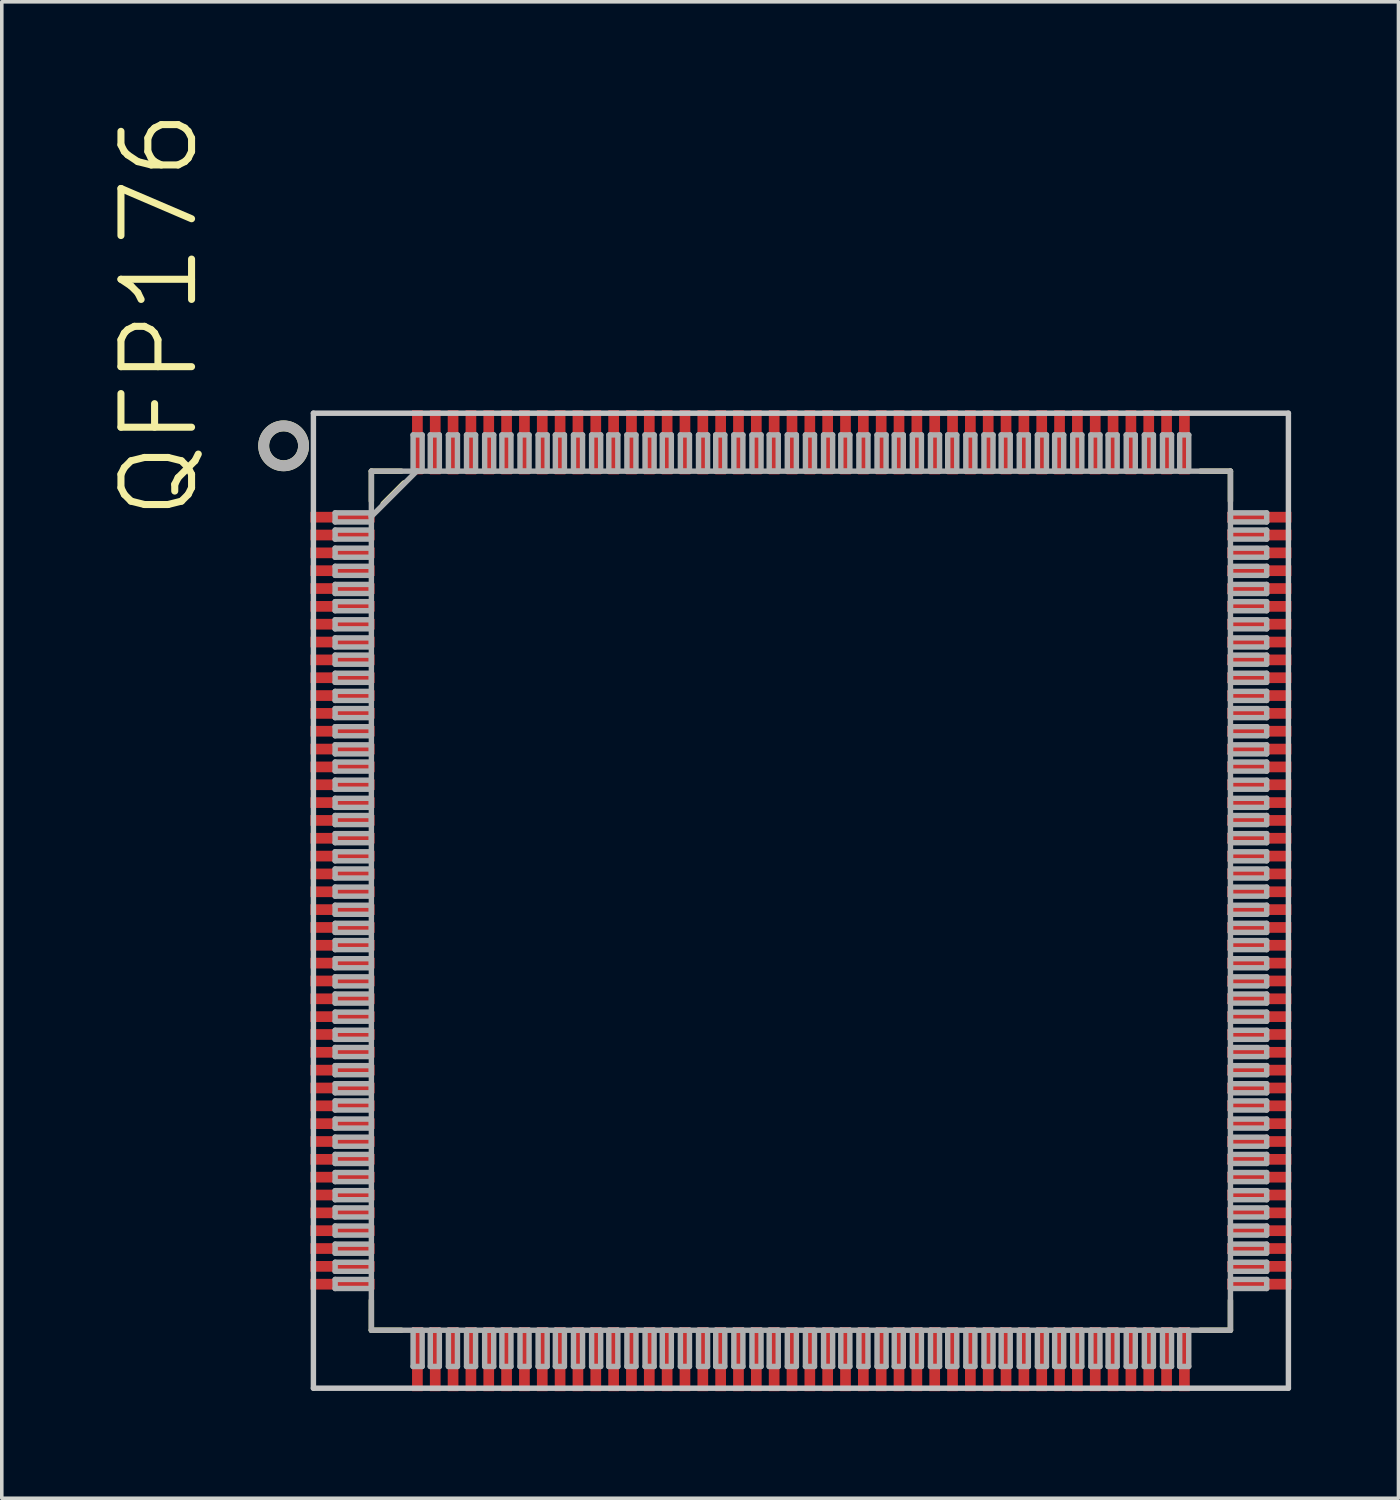
<source format=kicad_pcb>
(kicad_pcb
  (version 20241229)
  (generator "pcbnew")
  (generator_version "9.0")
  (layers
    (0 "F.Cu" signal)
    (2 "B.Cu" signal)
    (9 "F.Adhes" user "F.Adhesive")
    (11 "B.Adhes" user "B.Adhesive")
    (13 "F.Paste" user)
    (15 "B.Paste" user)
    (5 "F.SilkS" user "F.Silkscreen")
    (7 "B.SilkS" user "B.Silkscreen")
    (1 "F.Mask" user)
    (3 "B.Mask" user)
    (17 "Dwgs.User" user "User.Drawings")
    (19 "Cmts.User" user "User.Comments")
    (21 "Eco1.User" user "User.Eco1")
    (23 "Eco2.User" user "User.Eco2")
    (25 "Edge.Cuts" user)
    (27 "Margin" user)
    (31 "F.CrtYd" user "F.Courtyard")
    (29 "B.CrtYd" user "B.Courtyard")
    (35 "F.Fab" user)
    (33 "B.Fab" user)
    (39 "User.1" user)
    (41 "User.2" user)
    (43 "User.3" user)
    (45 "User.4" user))
  (footprint "QFP176"
    (layer "F.Cu")
    (at 19.4 22.197)
    (property "Reference" "QFP176" (at -16.828 -10.598 90) (layer "F.SilkS") (effects (font (size 1.979 1.979) (thickness 0.198)) (justify left bottom)))
    (attr through_hole)
    (fp_line (start -12.04 -12.04) (end -12.04 -11.201) (stroke (width 0.152) (type solid)) (layer "F.SilkS"))
    (fp_line (start -12.04 11.201) (end -12.04 12.04) (stroke (width 0.152) (type solid)) (layer "F.SilkS"))
    (fp_line (start -12.04 12.04) (end -11.201 12.04) (stroke (width 0.152) (type solid)) (layer "F.SilkS"))
    (fp_line (start -11.709 -11.125) (end -11.125 -11.709) (stroke (width 0.152) (type solid)) (layer "F.SilkS"))
    (fp_line (start -11.201 -12.04) (end -12.04 -12.04) (stroke (width 0.152) (type solid)) (layer "F.SilkS"))
    (fp_line (start 11.201 12.04) (end 12.04 12.04) (stroke (width 0.152) (type solid)) (layer "F.SilkS"))
    (fp_line (start 12.04 -12.04) (end 11.201 -12.04) (stroke (width 0.152) (type solid)) (layer "F.SilkS"))
    (fp_line (start 12.04 -11.201) (end 12.04 -12.04) (stroke (width 0.152) (type solid)) (layer "F.SilkS"))
    (fp_line (start 12.04 12.04) (end 12.04 11.201) (stroke (width 0.152) (type solid)) (layer "F.SilkS"))
    (fp_circle (center -14.5 -12.75) (end -13.941 -12.75) (stroke (width 0.305) (type solid)) (fill no) (layer "F.SilkS"))
    (fp_line (start -13.665 -13.665) (end 13.665 -13.665) (stroke (width 0.152) (type solid)) (layer "Dwgs.User"))
    (fp_line (start -13.665 13.665) (end -13.665 -13.665) (stroke (width 0.152) (type solid)) (layer "Dwgs.User"))
    (fp_line (start 13.665 -13.665) (end 13.665 13.665) (stroke (width 0.152) (type solid)) (layer "Dwgs.User"))
    (fp_line (start 13.665 13.665) (end -13.665 13.665) (stroke (width 0.152) (type solid)) (layer "Dwgs.User"))
    (fp_line (start -13.056 -10.871) (end -13.056 -10.617) (stroke (width 0.152) (type solid)) (layer "F.Fab"))
    (fp_line (start -13.056 -10.617) (end -12.04 -10.617) (stroke (width 0.152) (type solid)) (layer "F.Fab"))
    (fp_line (start -13.056 -10.389) (end -13.056 -10.135) (stroke (width 0.152) (type solid)) (layer "F.Fab"))
    (fp_line (start -13.056 -10.135) (end -12.04 -10.135) (stroke (width 0.152) (type solid)) (layer "F.Fab"))
    (fp_line (start -13.056 -9.881) (end -13.056 -9.627) (stroke (width 0.152) (type solid)) (layer "F.Fab"))
    (fp_line (start -13.056 -9.627) (end -12.04 -9.627) (stroke (width 0.152) (type solid)) (layer "F.Fab"))
    (fp_line (start -13.056 -9.373) (end -13.056 -9.119) (stroke (width 0.152) (type solid)) (layer "F.Fab"))
    (fp_line (start -13.056 -9.119) (end -12.04 -9.119) (stroke (width 0.152) (type solid)) (layer "F.Fab"))
    (fp_line (start -13.056 -8.865) (end -13.056 -8.611) (stroke (width 0.152) (type solid)) (layer "F.Fab"))
    (fp_line (start -13.056 -8.611) (end -12.04 -8.611) (stroke (width 0.152) (type solid)) (layer "F.Fab"))
    (fp_line (start -13.056 -8.382) (end -13.056 -8.128) (stroke (width 0.152) (type solid)) (layer "F.Fab"))
    (fp_line (start -13.056 -8.128) (end -12.04 -8.128) (stroke (width 0.152) (type solid)) (layer "F.Fab"))
    (fp_line (start -13.056 -7.874) (end -13.056 -7.62) (stroke (width 0.152) (type solid)) (layer "F.Fab"))
    (fp_line (start -13.056 -7.62) (end -12.04 -7.62) (stroke (width 0.152) (type solid)) (layer "F.Fab"))
    (fp_line (start -13.056 -7.366) (end -13.056 -7.112) (stroke (width 0.152) (type solid)) (layer "F.Fab"))
    (fp_line (start -13.056 -7.112) (end -12.04 -7.112) (stroke (width 0.152) (type solid)) (layer "F.Fab"))
    (fp_line (start -13.056 -6.883) (end -13.056 -6.629) (stroke (width 0.152) (type solid)) (layer "F.Fab"))
    (fp_line (start -13.056 -6.629) (end -12.04 -6.629) (stroke (width 0.152) (type solid)) (layer "F.Fab"))
    (fp_line (start -13.056 -6.375) (end -13.056 -6.121) (stroke (width 0.152) (type solid)) (layer "F.Fab"))
    (fp_line (start -13.056 -6.121) (end -12.04 -6.121) (stroke (width 0.152) (type solid)) (layer "F.Fab"))
    (fp_line (start -13.056 -5.867) (end -13.056 -5.613) (stroke (width 0.152) (type solid)) (layer "F.Fab"))
    (fp_line (start -13.056 -5.613) (end -12.04 -5.613) (stroke (width 0.152) (type solid)) (layer "F.Fab"))
    (fp_line (start -13.056 -5.385) (end -13.056 -5.131) (stroke (width 0.152) (type solid)) (layer "F.Fab"))
    (fp_line (start -13.056 -5.131) (end -12.04 -5.131) (stroke (width 0.152) (type solid)) (layer "F.Fab"))
    (fp_line (start -13.056 -4.877) (end -13.056 -4.623) (stroke (width 0.152) (type solid)) (layer "F.Fab"))
    (fp_line (start -13.056 -4.623) (end -12.04 -4.623) (stroke (width 0.152) (type solid)) (layer "F.Fab"))
    (fp_line (start -13.056 -4.369) (end -13.056 -4.115) (stroke (width 0.152) (type solid)) (layer "F.Fab"))
    (fp_line (start -13.056 -4.115) (end -12.04 -4.115) (stroke (width 0.152) (type solid)) (layer "F.Fab"))
    (fp_line (start -13.056 -3.886) (end -13.056 -3.632) (stroke (width 0.152) (type solid)) (layer "F.Fab"))
    (fp_line (start -13.056 -3.632) (end -12.04 -3.632) (stroke (width 0.152) (type solid)) (layer "F.Fab"))
    (fp_line (start -13.056 -3.378) (end -13.056 -3.124) (stroke (width 0.152) (type solid)) (layer "F.Fab"))
    (fp_line (start -13.056 -3.124) (end -12.04 -3.124) (stroke (width 0.152) (type solid)) (layer "F.Fab"))
    (fp_line (start -13.056 -2.87) (end -13.056 -2.616) (stroke (width 0.152) (type solid)) (layer "F.Fab"))
    (fp_line (start -13.056 -2.616) (end -12.04 -2.616) (stroke (width 0.152) (type solid)) (layer "F.Fab"))
    (fp_line (start -13.056 -2.388) (end -13.056 -2.134) (stroke (width 0.152) (type solid)) (layer "F.Fab"))
    (fp_line (start -13.056 -2.134) (end -12.04 -2.134) (stroke (width 0.152) (type solid)) (layer "F.Fab"))
    (fp_line (start -13.056 -1.88) (end -13.056 -1.626) (stroke (width 0.152) (type solid)) (layer "F.Fab"))
    (fp_line (start -13.056 -1.626) (end -12.04 -1.626) (stroke (width 0.152) (type solid)) (layer "F.Fab"))
    (fp_line (start -13.056 -1.372) (end -13.056 -1.118) (stroke (width 0.152) (type solid)) (layer "F.Fab"))
    (fp_line (start -13.056 -1.118) (end -12.04 -1.118) (stroke (width 0.152) (type solid)) (layer "F.Fab"))
    (fp_line (start -13.056 -0.889) (end -13.056 -0.635) (stroke (width 0.152) (type solid)) (layer "F.Fab"))
    (fp_line (start -13.056 -0.635) (end -12.04 -0.635) (stroke (width 0.152) (type solid)) (layer "F.Fab"))
    (fp_line (start -13.056 -0.381) (end -13.056 -0.127) (stroke (width 0.152) (type solid)) (layer "F.Fab"))
    (fp_line (start -13.056 -0.127) (end -12.04 -0.127) (stroke (width 0.152) (type solid)) (layer "F.Fab"))
    (fp_line (start -13.056 0.127) (end -13.056 0.381) (stroke (width 0.152) (type solid)) (layer "F.Fab"))
    (fp_line (start -13.056 0.381) (end -12.04 0.381) (stroke (width 0.152) (type solid)) (layer "F.Fab"))
    (fp_line (start -13.056 0.635) (end -13.056 0.889) (stroke (width 0.152) (type solid)) (layer "F.Fab"))
    (fp_line (start -13.056 0.889) (end -12.04 0.889) (stroke (width 0.152) (type solid)) (layer "F.Fab"))
    (fp_line (start -13.056 1.118) (end -13.056 1.372) (stroke (width 0.152) (type solid)) (layer "F.Fab"))
    (fp_line (start -13.056 1.372) (end -12.04 1.372) (stroke (width 0.152) (type solid)) (layer "F.Fab"))
    (fp_line (start -13.056 1.626) (end -13.056 1.88) (stroke (width 0.152) (type solid)) (layer "F.Fab"))
    (fp_line (start -13.056 1.88) (end -12.04 1.88) (stroke (width 0.152) (type solid)) (layer "F.Fab"))
    (fp_line (start -13.056 2.134) (end -13.056 2.388) (stroke (width 0.152) (type solid)) (layer "F.Fab"))
    (fp_line (start -13.056 2.388) (end -12.04 2.388) (stroke (width 0.152) (type solid)) (layer "F.Fab"))
    (fp_line (start -13.056 2.616) (end -13.056 2.87) (stroke (width 0.152) (type solid)) (layer "F.Fab"))
    (fp_line (start -13.056 2.87) (end -12.04 2.87) (stroke (width 0.152) (type solid)) (layer "F.Fab"))
    (fp_line (start -13.056 3.124) (end -13.056 3.378) (stroke (width 0.152) (type solid)) (layer "F.Fab"))
    (fp_line (start -13.056 3.378) (end -12.04 3.378) (stroke (width 0.152) (type solid)) (layer "F.Fab"))
    (fp_line (start -13.056 3.632) (end -13.056 3.886) (stroke (width 0.152) (type solid)) (layer "F.Fab"))
    (fp_line (start -13.056 3.886) (end -12.04 3.886) (stroke (width 0.152) (type solid)) (layer "F.Fab"))
    (fp_line (start -13.056 4.115) (end -13.056 4.369) (stroke (width 0.152) (type solid)) (layer "F.Fab"))
    (fp_line (start -13.056 4.369) (end -12.04 4.369) (stroke (width 0.152) (type solid)) (layer "F.Fab"))
    (fp_line (start -13.056 4.623) (end -13.056 4.877) (stroke (width 0.152) (type solid)) (layer "F.Fab"))
    (fp_line (start -13.056 4.877) (end -12.04 4.877) (stroke (width 0.152) (type solid)) (layer "F.Fab"))
    (fp_line (start -13.056 5.131) (end -13.056 5.385) (stroke (width 0.152) (type solid)) (layer "F.Fab"))
    (fp_line (start -13.056 5.385) (end -12.04 5.385) (stroke (width 0.152) (type solid)) (layer "F.Fab"))
    (fp_line (start -13.056 5.613) (end -13.056 5.867) (stroke (width 0.152) (type solid)) (layer "F.Fab"))
    (fp_line (start -13.056 5.867) (end -12.04 5.867) (stroke (width 0.152) (type solid)) (layer "F.Fab"))
    (fp_line (start -13.056 6.121) (end -13.056 6.375) (stroke (width 0.152) (type solid)) (layer "F.Fab"))
    (fp_line (start -13.056 6.375) (end -12.04 6.375) (stroke (width 0.152) (type solid)) (layer "F.Fab"))
    (fp_line (start -13.056 6.629) (end -13.056 6.883) (stroke (width 0.152) (type solid)) (layer "F.Fab"))
    (fp_line (start -13.056 6.883) (end -12.04 6.883) (stroke (width 0.152) (type solid)) (layer "F.Fab"))
    (fp_line (start -13.056 7.112) (end -13.056 7.366) (stroke (width 0.152) (type solid)) (layer "F.Fab"))
    (fp_line (start -13.056 7.366) (end -12.04 7.366) (stroke (width 0.152) (type solid)) (layer "F.Fab"))
    (fp_line (start -13.056 7.62) (end -13.056 7.874) (stroke (width 0.152) (type solid)) (layer "F.Fab"))
    (fp_line (start -13.056 7.874) (end -12.04 7.874) (stroke (width 0.152) (type solid)) (layer "F.Fab"))
    (fp_line (start -13.056 8.128) (end -13.056 8.382) (stroke (width 0.152) (type solid)) (layer "F.Fab"))
    (fp_line (start -13.056 8.382) (end -12.04 8.382) (stroke (width 0.152) (type solid)) (layer "F.Fab"))
    (fp_line (start -13.056 8.611) (end -13.056 8.865) (stroke (width 0.152) (type solid)) (layer "F.Fab"))
    (fp_line (start -13.056 8.865) (end -12.04 8.865) (stroke (width 0.152) (type solid)) (layer "F.Fab"))
    (fp_line (start -13.056 9.119) (end -13.056 9.373) (stroke (width 0.152) (type solid)) (layer "F.Fab"))
    (fp_line (start -13.056 9.373) (end -12.04 9.373) (stroke (width 0.152) (type solid)) (layer "F.Fab"))
    (fp_line (start -13.056 9.627) (end -13.056 9.881) (stroke (width 0.152) (type solid)) (layer "F.Fab"))
    (fp_line (start -13.056 9.881) (end -12.04 9.881) (stroke (width 0.152) (type solid)) (layer "F.Fab"))
    (fp_line (start -13.056 10.135) (end -13.056 10.389) (stroke (width 0.152) (type solid)) (layer "F.Fab"))
    (fp_line (start -13.056 10.389) (end -12.04 10.389) (stroke (width 0.152) (type solid)) (layer "F.Fab"))
    (fp_line (start -13.056 10.617) (end -13.056 10.871) (stroke (width 0.152) (type solid)) (layer "F.Fab"))
    (fp_line (start -13.056 10.871) (end -12.04 10.871) (stroke (width 0.152) (type solid)) (layer "F.Fab"))
    (fp_line (start -12.04 -12.04) (end -12.04 12.04) (stroke (width 0.152) (type solid)) (layer "F.Fab"))
    (fp_line (start -12.04 -10.871) (end -13.056 -10.871) (stroke (width 0.152) (type solid)) (layer "F.Fab"))
    (fp_line (start -12.04 -10.77) (end -12.04 -10.871) (stroke (width 0.152) (type solid)) (layer "F.Fab"))
    (fp_line (start -12.04 -10.77) (end -10.77 -12.04) (stroke (width 0.152) (type solid)) (layer "F.Fab"))
    (fp_line (start -12.04 -10.617) (end -12.04 -10.77) (stroke (width 0.152) (type solid)) (layer "F.Fab"))
    (fp_line (start -12.04 -10.389) (end -13.056 -10.389) (stroke (width 0.152) (type solid)) (layer "F.Fab"))
    (fp_line (start -12.04 -10.135) (end -12.04 -10.389) (stroke (width 0.152) (type solid)) (layer "F.Fab"))
    (fp_line (start -12.04 -9.881) (end -13.056 -9.881) (stroke (width 0.152) (type solid)) (layer "F.Fab"))
    (fp_line (start -12.04 -9.627) (end -12.04 -9.881) (stroke (width 0.152) (type solid)) (layer "F.Fab"))
    (fp_line (start -12.04 -9.373) (end -13.056 -9.373) (stroke (width 0.152) (type solid)) (layer "F.Fab"))
    (fp_line (start -12.04 -9.119) (end -12.04 -9.373) (stroke (width 0.152) (type solid)) (layer "F.Fab"))
    (fp_line (start -12.04 -8.865) (end -13.056 -8.865) (stroke (width 0.152) (type solid)) (layer "F.Fab"))
    (fp_line (start -12.04 -8.611) (end -12.04 -8.865) (stroke (width 0.152) (type solid)) (layer "F.Fab"))
    (fp_line (start -12.04 -8.382) (end -13.056 -8.382) (stroke (width 0.152) (type solid)) (layer "F.Fab"))
    (fp_line (start -12.04 -8.128) (end -12.04 -8.382) (stroke (width 0.152) (type solid)) (layer "F.Fab"))
    (fp_line (start -12.04 -7.874) (end -13.056 -7.874) (stroke (width 0.152) (type solid)) (layer "F.Fab"))
    (fp_line (start -12.04 -7.62) (end -12.04 -7.874) (stroke (width 0.152) (type solid)) (layer "F.Fab"))
    (fp_line (start -12.04 -7.366) (end -13.056 -7.366) (stroke (width 0.152) (type solid)) (layer "F.Fab"))
    (fp_line (start -12.04 -7.112) (end -12.04 -7.366) (stroke (width 0.152) (type solid)) (layer "F.Fab"))
    (fp_line (start -12.04 -6.883) (end -13.056 -6.883) (stroke (width 0.152) (type solid)) (layer "F.Fab"))
    (fp_line (start -12.04 -6.629) (end -12.04 -6.883) (stroke (width 0.152) (type solid)) (layer "F.Fab"))
    (fp_line (start -12.04 -6.375) (end -13.056 -6.375) (stroke (width 0.152) (type solid)) (layer "F.Fab"))
    (fp_line (start -12.04 -6.121) (end -12.04 -6.375) (stroke (width 0.152) (type solid)) (layer "F.Fab"))
    (fp_line (start -12.04 -5.867) (end -13.056 -5.867) (stroke (width 0.152) (type solid)) (layer "F.Fab"))
    (fp_line (start -12.04 -5.613) (end -12.04 -5.867) (stroke (width 0.152) (type solid)) (layer "F.Fab"))
    (fp_line (start -12.04 -5.385) (end -13.056 -5.385) (stroke (width 0.152) (type solid)) (layer "F.Fab"))
    (fp_line (start -12.04 -5.131) (end -12.04 -5.385) (stroke (width 0.152) (type solid)) (layer "F.Fab"))
    (fp_line (start -12.04 -4.877) (end -13.056 -4.877) (stroke (width 0.152) (type solid)) (layer "F.Fab"))
    (fp_line (start -12.04 -4.623) (end -12.04 -4.877) (stroke (width 0.152) (type solid)) (layer "F.Fab"))
    (fp_line (start -12.04 -4.369) (end -13.056 -4.369) (stroke (width 0.152) (type solid)) (layer "F.Fab"))
    (fp_line (start -12.04 -4.115) (end -12.04 -4.369) (stroke (width 0.152) (type solid)) (layer "F.Fab"))
    (fp_line (start -12.04 -3.886) (end -13.056 -3.886) (stroke (width 0.152) (type solid)) (layer "F.Fab"))
    (fp_line (start -12.04 -3.632) (end -12.04 -3.886) (stroke (width 0.152) (type solid)) (layer "F.Fab"))
    (fp_line (start -12.04 -3.378) (end -13.056 -3.378) (stroke (width 0.152) (type solid)) (layer "F.Fab"))
    (fp_line (start -12.04 -3.124) (end -12.04 -3.378) (stroke (width 0.152) (type solid)) (layer "F.Fab"))
    (fp_line (start -12.04 -2.87) (end -13.056 -2.87) (stroke (width 0.152) (type solid)) (layer "F.Fab"))
    (fp_line (start -12.04 -2.616) (end -12.04 -2.87) (stroke (width 0.152) (type solid)) (layer "F.Fab"))
    (fp_line (start -12.04 -2.388) (end -13.056 -2.388) (stroke (width 0.152) (type solid)) (layer "F.Fab"))
    (fp_line (start -12.04 -2.134) (end -12.04 -2.388) (stroke (width 0.152) (type solid)) (layer "F.Fab"))
    (fp_line (start -12.04 -1.88) (end -13.056 -1.88) (stroke (width 0.152) (type solid)) (layer "F.Fab"))
    (fp_line (start -12.04 -1.626) (end -12.04 -1.88) (stroke (width 0.152) (type solid)) (layer "F.Fab"))
    (fp_line (start -12.04 -1.372) (end -13.056 -1.372) (stroke (width 0.152) (type solid)) (layer "F.Fab"))
    (fp_line (start -12.04 -1.118) (end -12.04 -1.372) (stroke (width 0.152) (type solid)) (layer "F.Fab"))
    (fp_line (start -12.04 -0.889) (end -13.056 -0.889) (stroke (width 0.152) (type solid)) (layer "F.Fab"))
    (fp_line (start -12.04 -0.635) (end -12.04 -0.889) (stroke (width 0.152) (type solid)) (layer "F.Fab"))
    (fp_line (start -12.04 -0.381) (end -13.056 -0.381) (stroke (width 0.152) (type solid)) (layer "F.Fab"))
    (fp_line (start -12.04 -0.127) (end -12.04 -0.381) (stroke (width 0.152) (type solid)) (layer "F.Fab"))
    (fp_line (start -12.04 0.127) (end -13.056 0.127) (stroke (width 0.152) (type solid)) (layer "F.Fab"))
    (fp_line (start -12.04 0.381) (end -12.04 0.127) (stroke (width 0.152) (type solid)) (layer "F.Fab"))
    (fp_line (start -12.04 0.635) (end -13.056 0.635) (stroke (width 0.152) (type solid)) (layer "F.Fab"))
    (fp_line (start -12.04 0.889) (end -12.04 0.635) (stroke (width 0.152) (type solid)) (layer "F.Fab"))
    (fp_line (start -12.04 1.118) (end -13.056 1.118) (stroke (width 0.152) (type solid)) (layer "F.Fab"))
    (fp_line (start -12.04 1.372) (end -12.04 1.118) (stroke (width 0.152) (type solid)) (layer "F.Fab"))
    (fp_line (start -12.04 1.626) (end -13.056 1.626) (stroke (width 0.152) (type solid)) (layer "F.Fab"))
    (fp_line (start -12.04 1.88) (end -12.04 1.626) (stroke (width 0.152) (type solid)) (layer "F.Fab"))
    (fp_line (start -12.04 2.134) (end -13.056 2.134) (stroke (width 0.152) (type solid)) (layer "F.Fab"))
    (fp_line (start -12.04 2.388) (end -12.04 2.134) (stroke (width 0.152) (type solid)) (layer "F.Fab"))
    (fp_line (start -12.04 2.616) (end -13.056 2.616) (stroke (width 0.152) (type solid)) (layer "F.Fab"))
    (fp_line (start -12.04 2.87) (end -12.04 2.616) (stroke (width 0.152) (type solid)) (layer "F.Fab"))
    (fp_line (start -12.04 3.124) (end -13.056 3.124) (stroke (width 0.152) (type solid)) (layer "F.Fab"))
    (fp_line (start -12.04 3.378) (end -12.04 3.124) (stroke (width 0.152) (type solid)) (layer "F.Fab"))
    (fp_line (start -12.04 3.632) (end -13.056 3.632) (stroke (width 0.152) (type solid)) (layer "F.Fab"))
    (fp_line (start -12.04 3.886) (end -12.04 3.632) (stroke (width 0.152) (type solid)) (layer "F.Fab"))
    (fp_line (start -12.04 4.115) (end -13.056 4.115) (stroke (width 0.152) (type solid)) (layer "F.Fab"))
    (fp_line (start -12.04 4.369) (end -12.04 4.115) (stroke (width 0.152) (type solid)) (layer "F.Fab"))
    (fp_line (start -12.04 4.623) (end -13.056 4.623) (stroke (width 0.152) (type solid)) (layer "F.Fab"))
    (fp_line (start -12.04 4.877) (end -12.04 4.623) (stroke (width 0.152) (type solid)) (layer "F.Fab"))
    (fp_line (start -12.04 5.131) (end -13.056 5.131) (stroke (width 0.152) (type solid)) (layer "F.Fab"))
    (fp_line (start -12.04 5.385) (end -12.04 5.131) (stroke (width 0.152) (type solid)) (layer "F.Fab"))
    (fp_line (start -12.04 5.613) (end -13.056 5.613) (stroke (width 0.152) (type solid)) (layer "F.Fab"))
    (fp_line (start -12.04 5.867) (end -12.04 5.613) (stroke (width 0.152) (type solid)) (layer "F.Fab"))
    (fp_line (start -12.04 6.121) (end -13.056 6.121) (stroke (width 0.152) (type solid)) (layer "F.Fab"))
    (fp_line (start -12.04 6.375) (end -12.04 6.121) (stroke (width 0.152) (type solid)) (layer "F.Fab"))
    (fp_line (start -12.04 6.629) (end -13.056 6.629) (stroke (width 0.152) (type solid)) (layer "F.Fab"))
    (fp_line (start -12.04 6.883) (end -12.04 6.629) (stroke (width 0.152) (type solid)) (layer "F.Fab"))
    (fp_line (start -12.04 7.112) (end -13.056 7.112) (stroke (width 0.152) (type solid)) (layer "F.Fab"))
    (fp_line (start -12.04 7.366) (end -12.04 7.112) (stroke (width 0.152) (type solid)) (layer "F.Fab"))
    (fp_line (start -12.04 7.62) (end -13.056 7.62) (stroke (width 0.152) (type solid)) (layer "F.Fab"))
    (fp_line (start -12.04 7.874) (end -12.04 7.62) (stroke (width 0.152) (type solid)) (layer "F.Fab"))
    (fp_line (start -12.04 8.128) (end -13.056 8.128) (stroke (width 0.152) (type solid)) (layer "F.Fab"))
    (fp_line (start -12.04 8.382) (end -12.04 8.128) (stroke (width 0.152) (type solid)) (layer "F.Fab"))
    (fp_line (start -12.04 8.611) (end -13.056 8.611) (stroke (width 0.152) (type solid)) (layer "F.Fab"))
    (fp_line (start -12.04 8.865) (end -12.04 8.611) (stroke (width 0.152) (type solid)) (layer "F.Fab"))
    (fp_line (start -12.04 9.119) (end -13.056 9.119) (stroke (width 0.152) (type solid)) (layer "F.Fab"))
    (fp_line (start -12.04 9.373) (end -12.04 9.119) (stroke (width 0.152) (type solid)) (layer "F.Fab"))
    (fp_line (start -12.04 9.627) (end -13.056 9.627) (stroke (width 0.152) (type solid)) (layer "F.Fab"))
    (fp_line (start -12.04 9.881) (end -12.04 9.627) (stroke (width 0.152) (type solid)) (layer "F.Fab"))
    (fp_line (start -12.04 10.135) (end -13.056 10.135) (stroke (width 0.152) (type solid)) (layer "F.Fab"))
    (fp_line (start -12.04 10.389) (end -12.04 10.135) (stroke (width 0.152) (type solid)) (layer "F.Fab"))
    (fp_line (start -12.04 10.617) (end -13.056 10.617) (stroke (width 0.152) (type solid)) (layer "F.Fab"))
    (fp_line (start -12.04 10.871) (end -12.04 10.617) (stroke (width 0.152) (type solid)) (layer "F.Fab"))
    (fp_line (start -12.04 12.04) (end 12.04 12.04) (stroke (width 0.152) (type solid)) (layer "F.Fab"))
    (fp_line (start -10.871 -13.056) (end -10.871 -12.04) (stroke (width 0.152) (type solid)) (layer "F.Fab"))
    (fp_line (start -10.871 -12.04) (end -10.77 -12.04) (stroke (width 0.152) (type solid)) (layer "F.Fab"))
    (fp_line (start -10.871 12.04) (end -10.871 13.056) (stroke (width 0.152) (type solid)) (layer "F.Fab"))
    (fp_line (start -10.871 13.056) (end -10.617 13.056) (stroke (width 0.152) (type solid)) (layer "F.Fab"))
    (fp_line (start -10.77 -12.04) (end -10.617 -12.04) (stroke (width 0.152) (type solid)) (layer "F.Fab"))
    (fp_line (start -10.617 -13.056) (end -10.871 -13.056) (stroke (width 0.152) (type solid)) (layer "F.Fab"))
    (fp_line (start -10.617 -12.04) (end -10.617 -13.056) (stroke (width 0.152) (type solid)) (layer "F.Fab"))
    (fp_line (start -10.617 12.04) (end -10.871 12.04) (stroke (width 0.152) (type solid)) (layer "F.Fab"))
    (fp_line (start -10.617 13.056) (end -10.617 12.04) (stroke (width 0.152) (type solid)) (layer "F.Fab"))
    (fp_line (start -10.389 -13.056) (end -10.389 -12.04) (stroke (width 0.152) (type solid)) (layer "F.Fab"))
    (fp_line (start -10.389 -12.04) (end -10.135 -12.04) (stroke (width 0.152) (type solid)) (layer "F.Fab"))
    (fp_line (start -10.389 12.04) (end -10.389 13.056) (stroke (width 0.152) (type solid)) (layer "F.Fab"))
    (fp_line (start -10.389 13.056) (end -10.135 13.056) (stroke (width 0.152) (type solid)) (layer "F.Fab"))
    (fp_line (start -10.135 -13.056) (end -10.389 -13.056) (stroke (width 0.152) (type solid)) (layer "F.Fab"))
    (fp_line (start -10.135 -12.04) (end -10.135 -13.056) (stroke (width 0.152) (type solid)) (layer "F.Fab"))
    (fp_line (start -10.135 12.04) (end -10.389 12.04) (stroke (width 0.152) (type solid)) (layer "F.Fab"))
    (fp_line (start -10.135 13.056) (end -10.135 12.04) (stroke (width 0.152) (type solid)) (layer "F.Fab"))
    (fp_line (start -9.881 -13.056) (end -9.881 -12.04) (stroke (width 0.152) (type solid)) (layer "F.Fab"))
    (fp_line (start -9.881 -12.04) (end -9.627 -12.04) (stroke (width 0.152) (type solid)) (layer "F.Fab"))
    (fp_line (start -9.881 12.04) (end -9.881 13.056) (stroke (width 0.152) (type solid)) (layer "F.Fab"))
    (fp_line (start -9.881 13.056) (end -9.627 13.056) (stroke (width 0.152) (type solid)) (layer "F.Fab"))
    (fp_line (start -9.627 -13.056) (end -9.881 -13.056) (stroke (width 0.152) (type solid)) (layer "F.Fab"))
    (fp_line (start -9.627 -12.04) (end -9.627 -13.056) (stroke (width 0.152) (type solid)) (layer "F.Fab"))
    (fp_line (start -9.627 12.04) (end -9.881 12.04) (stroke (width 0.152) (type solid)) (layer "F.Fab"))
    (fp_line (start -9.627 13.056) (end -9.627 12.04) (stroke (width 0.152) (type solid)) (layer "F.Fab"))
    (fp_line (start -9.373 -13.056) (end -9.373 -12.04) (stroke (width 0.152) (type solid)) (layer "F.Fab"))
    (fp_line (start -9.373 -12.04) (end -9.119 -12.04) (stroke (width 0.152) (type solid)) (layer "F.Fab"))
    (fp_line (start -9.373 12.04) (end -9.373 13.056) (stroke (width 0.152) (type solid)) (layer "F.Fab"))
    (fp_line (start -9.373 13.056) (end -9.119 13.056) (stroke (width 0.152) (type solid)) (layer "F.Fab"))
    (fp_line (start -9.119 -13.056) (end -9.373 -13.056) (stroke (width 0.152) (type solid)) (layer "F.Fab"))
    (fp_line (start -9.119 -12.04) (end -9.119 -13.056) (stroke (width 0.152) (type solid)) (layer "F.Fab"))
    (fp_line (start -9.119 12.04) (end -9.373 12.04) (stroke (width 0.152) (type solid)) (layer "F.Fab"))
    (fp_line (start -9.119 13.056) (end -9.119 12.04) (stroke (width 0.152) (type solid)) (layer "F.Fab"))
    (fp_line (start -8.865 -13.056) (end -8.865 -12.04) (stroke (width 0.152) (type solid)) (layer "F.Fab"))
    (fp_line (start -8.865 -12.04) (end -8.611 -12.04) (stroke (width 0.152) (type solid)) (layer "F.Fab"))
    (fp_line (start -8.865 12.04) (end -8.865 13.056) (stroke (width 0.152) (type solid)) (layer "F.Fab"))
    (fp_line (start -8.865 13.056) (end -8.611 13.056) (stroke (width 0.152) (type solid)) (layer "F.Fab"))
    (fp_line (start -8.611 -13.056) (end -8.865 -13.056) (stroke (width 0.152) (type solid)) (layer "F.Fab"))
    (fp_line (start -8.611 -12.04) (end -8.611 -13.056) (stroke (width 0.152) (type solid)) (layer "F.Fab"))
    (fp_line (start -8.611 12.04) (end -8.865 12.04) (stroke (width 0.152) (type solid)) (layer "F.Fab"))
    (fp_line (start -8.611 13.056) (end -8.611 12.04) (stroke (width 0.152) (type solid)) (layer "F.Fab"))
    (fp_line (start -8.382 -13.056) (end -8.382 -12.04) (stroke (width 0.152) (type solid)) (layer "F.Fab"))
    (fp_line (start -8.382 -12.04) (end -8.128 -12.04) (stroke (width 0.152) (type solid)) (layer "F.Fab"))
    (fp_line (start -8.382 12.04) (end -8.382 13.056) (stroke (width 0.152) (type solid)) (layer "F.Fab"))
    (fp_line (start -8.382 13.056) (end -8.128 13.056) (stroke (width 0.152) (type solid)) (layer "F.Fab"))
    (fp_line (start -8.128 -13.056) (end -8.382 -13.056) (stroke (width 0.152) (type solid)) (layer "F.Fab"))
    (fp_line (start -8.128 -12.04) (end -8.128 -13.056) (stroke (width 0.152) (type solid)) (layer "F.Fab"))
    (fp_line (start -8.128 12.04) (end -8.382 12.04) (stroke (width 0.152) (type solid)) (layer "F.Fab"))
    (fp_line (start -8.128 13.056) (end -8.128 12.04) (stroke (width 0.152) (type solid)) (layer "F.Fab"))
    (fp_line (start -7.874 -13.056) (end -7.874 -12.04) (stroke (width 0.152) (type solid)) (layer "F.Fab"))
    (fp_line (start -7.874 -12.04) (end -7.62 -12.04) (stroke (width 0.152) (type solid)) (layer "F.Fab"))
    (fp_line (start -7.874 12.04) (end -7.874 13.056) (stroke (width 0.152) (type solid)) (layer "F.Fab"))
    (fp_line (start -7.874 13.056) (end -7.62 13.056) (stroke (width 0.152) (type solid)) (layer "F.Fab"))
    (fp_line (start -7.62 -13.056) (end -7.874 -13.056) (stroke (width 0.152) (type solid)) (layer "F.Fab"))
    (fp_line (start -7.62 -12.04) (end -7.62 -13.056) (stroke (width 0.152) (type solid)) (layer "F.Fab"))
    (fp_line (start -7.62 12.04) (end -7.874 12.04) (stroke (width 0.152) (type solid)) (layer "F.Fab"))
    (fp_line (start -7.62 13.056) (end -7.62 12.04) (stroke (width 0.152) (type solid)) (layer "F.Fab"))
    (fp_line (start -7.366 -13.056) (end -7.366 -12.04) (stroke (width 0.152) (type solid)) (layer "F.Fab"))
    (fp_line (start -7.366 -12.04) (end -7.112 -12.04) (stroke (width 0.152) (type solid)) (layer "F.Fab"))
    (fp_line (start -7.366 12.04) (end -7.366 13.056) (stroke (width 0.152) (type solid)) (layer "F.Fab"))
    (fp_line (start -7.366 13.056) (end -7.112 13.056) (stroke (width 0.152) (type solid)) (layer "F.Fab"))
    (fp_line (start -7.112 -13.056) (end -7.366 -13.056) (stroke (width 0.152) (type solid)) (layer "F.Fab"))
    (fp_line (start -7.112 -12.04) (end -7.112 -13.056) (stroke (width 0.152) (type solid)) (layer "F.Fab"))
    (fp_line (start -7.112 12.04) (end -7.366 12.04) (stroke (width 0.152) (type solid)) (layer "F.Fab"))
    (fp_line (start -7.112 13.056) (end -7.112 12.04) (stroke (width 0.152) (type solid)) (layer "F.Fab"))
    (fp_line (start -6.883 -13.056) (end -6.883 -12.04) (stroke (width 0.152) (type solid)) (layer "F.Fab"))
    (fp_line (start -6.883 -12.04) (end -6.629 -12.04) (stroke (width 0.152) (type solid)) (layer "F.Fab"))
    (fp_line (start -6.883 12.04) (end -6.883 13.056) (stroke (width 0.152) (type solid)) (layer "F.Fab"))
    (fp_line (start -6.883 13.056) (end -6.629 13.056) (stroke (width 0.152) (type solid)) (layer "F.Fab"))
    (fp_line (start -6.629 -13.056) (end -6.883 -13.056) (stroke (width 0.152) (type solid)) (layer "F.Fab"))
    (fp_line (start -6.629 -12.04) (end -6.629 -13.056) (stroke (width 0.152) (type solid)) (layer "F.Fab"))
    (fp_line (start -6.629 12.04) (end -6.883 12.04) (stroke (width 0.152) (type solid)) (layer "F.Fab"))
    (fp_line (start -6.629 13.056) (end -6.629 12.04) (stroke (width 0.152) (type solid)) (layer "F.Fab"))
    (fp_line (start -6.375 -13.056) (end -6.375 -12.04) (stroke (width 0.152) (type solid)) (layer "F.Fab"))
    (fp_line (start -6.375 -12.04) (end -6.121 -12.04) (stroke (width 0.152) (type solid)) (layer "F.Fab"))
    (fp_line (start -6.375 12.04) (end -6.375 13.056) (stroke (width 0.152) (type solid)) (layer "F.Fab"))
    (fp_line (start -6.375 13.056) (end -6.121 13.056) (stroke (width 0.152) (type solid)) (layer "F.Fab"))
    (fp_line (start -6.121 -13.056) (end -6.375 -13.056) (stroke (width 0.152) (type solid)) (layer "F.Fab"))
    (fp_line (start -6.121 -12.04) (end -6.121 -13.056) (stroke (width 0.152) (type solid)) (layer "F.Fab"))
    (fp_line (start -6.121 12.04) (end -6.375 12.04) (stroke (width 0.152) (type solid)) (layer "F.Fab"))
    (fp_line (start -6.121 13.056) (end -6.121 12.04) (stroke (width 0.152) (type solid)) (layer "F.Fab"))
    (fp_line (start -5.867 -13.056) (end -5.867 -12.04) (stroke (width 0.152) (type solid)) (layer "F.Fab"))
    (fp_line (start -5.867 -12.04) (end -5.613 -12.04) (stroke (width 0.152) (type solid)) (layer "F.Fab"))
    (fp_line (start -5.867 12.04) (end -5.867 13.056) (stroke (width 0.152) (type solid)) (layer "F.Fab"))
    (fp_line (start -5.867 13.056) (end -5.613 13.056) (stroke (width 0.152) (type solid)) (layer "F.Fab"))
    (fp_line (start -5.613 -13.056) (end -5.867 -13.056) (stroke (width 0.152) (type solid)) (layer "F.Fab"))
    (fp_line (start -5.613 -12.04) (end -5.613 -13.056) (stroke (width 0.152) (type solid)) (layer "F.Fab"))
    (fp_line (start -5.613 12.04) (end -5.867 12.04) (stroke (width 0.152) (type solid)) (layer "F.Fab"))
    (fp_line (start -5.613 13.056) (end -5.613 12.04) (stroke (width 0.152) (type solid)) (layer "F.Fab"))
    (fp_line (start -5.385 -13.056) (end -5.385 -12.04) (stroke (width 0.152) (type solid)) (layer "F.Fab"))
    (fp_line (start -5.385 -12.04) (end -5.131 -12.04) (stroke (width 0.152) (type solid)) (layer "F.Fab"))
    (fp_line (start -5.385 12.04) (end -5.385 13.056) (stroke (width 0.152) (type solid)) (layer "F.Fab"))
    (fp_line (start -5.385 13.056) (end -5.131 13.056) (stroke (width 0.152) (type solid)) (layer "F.Fab"))
    (fp_line (start -5.131 -13.056) (end -5.385 -13.056) (stroke (width 0.152) (type solid)) (layer "F.Fab"))
    (fp_line (start -5.131 -12.04) (end -5.131 -13.056) (stroke (width 0.152) (type solid)) (layer "F.Fab"))
    (fp_line (start -5.131 12.04) (end -5.385 12.04) (stroke (width 0.152) (type solid)) (layer "F.Fab"))
    (fp_line (start -5.131 13.056) (end -5.131 12.04) (stroke (width 0.152) (type solid)) (layer "F.Fab"))
    (fp_line (start -4.877 -13.056) (end -4.877 -12.04) (stroke (width 0.152) (type solid)) (layer "F.Fab"))
    (fp_line (start -4.877 -12.04) (end -4.623 -12.04) (stroke (width 0.152) (type solid)) (layer "F.Fab"))
    (fp_line (start -4.877 12.04) (end -4.877 13.056) (stroke (width 0.152) (type solid)) (layer "F.Fab"))
    (fp_line (start -4.877 13.056) (end -4.623 13.056) (stroke (width 0.152) (type solid)) (layer "F.Fab"))
    (fp_line (start -4.623 -13.056) (end -4.877 -13.056) (stroke (width 0.152) (type solid)) (layer "F.Fab"))
    (fp_line (start -4.623 -12.04) (end -4.623 -13.056) (stroke (width 0.152) (type solid)) (layer "F.Fab"))
    (fp_line (start -4.623 12.04) (end -4.877 12.04) (stroke (width 0.152) (type solid)) (layer "F.Fab"))
    (fp_line (start -4.623 13.056) (end -4.623 12.04) (stroke (width 0.152) (type solid)) (layer "F.Fab"))
    (fp_line (start -4.369 -13.056) (end -4.369 -12.04) (stroke (width 0.152) (type solid)) (layer "F.Fab"))
    (fp_line (start -4.369 -12.04) (end -4.115 -12.04) (stroke (width 0.152) (type solid)) (layer "F.Fab"))
    (fp_line (start -4.369 12.04) (end -4.369 13.056) (stroke (width 0.152) (type solid)) (layer "F.Fab"))
    (fp_line (start -4.369 13.056) (end -4.115 13.056) (stroke (width 0.152) (type solid)) (layer "F.Fab"))
    (fp_line (start -4.115 -13.056) (end -4.369 -13.056) (stroke (width 0.152) (type solid)) (layer "F.Fab"))
    (fp_line (start -4.115 -12.04) (end -4.115 -13.056) (stroke (width 0.152) (type solid)) (layer "F.Fab"))
    (fp_line (start -4.115 12.04) (end -4.369 12.04) (stroke (width 0.152) (type solid)) (layer "F.Fab"))
    (fp_line (start -4.115 13.056) (end -4.115 12.04) (stroke (width 0.152) (type solid)) (layer "F.Fab"))
    (fp_line (start -3.886 -13.056) (end -3.886 -12.04) (stroke (width 0.152) (type solid)) (layer "F.Fab"))
    (fp_line (start -3.886 -12.04) (end -3.632 -12.04) (stroke (width 0.152) (type solid)) (layer "F.Fab"))
    (fp_line (start -3.886 12.04) (end -3.886 13.056) (stroke (width 0.152) (type solid)) (layer "F.Fab"))
    (fp_line (start -3.886 13.056) (end -3.632 13.056) (stroke (width 0.152) (type solid)) (layer "F.Fab"))
    (fp_line (start -3.632 -13.056) (end -3.886 -13.056) (stroke (width 0.152) (type solid)) (layer "F.Fab"))
    (fp_line (start -3.632 -12.04) (end -3.632 -13.056) (stroke (width 0.152) (type solid)) (layer "F.Fab"))
    (fp_line (start -3.632 12.04) (end -3.886 12.04) (stroke (width 0.152) (type solid)) (layer "F.Fab"))
    (fp_line (start -3.632 13.056) (end -3.632 12.04) (stroke (width 0.152) (type solid)) (layer "F.Fab"))
    (fp_line (start -3.378 -13.056) (end -3.378 -12.04) (stroke (width 0.152) (type solid)) (layer "F.Fab"))
    (fp_line (start -3.378 -12.04) (end -3.124 -12.04) (stroke (width 0.152) (type solid)) (layer "F.Fab"))
    (fp_line (start -3.378 12.04) (end -3.378 13.056) (stroke (width 0.152) (type solid)) (layer "F.Fab"))
    (fp_line (start -3.378 13.056) (end -3.124 13.056) (stroke (width 0.152) (type solid)) (layer "F.Fab"))
    (fp_line (start -3.124 -13.056) (end -3.378 -13.056) (stroke (width 0.152) (type solid)) (layer "F.Fab"))
    (fp_line (start -3.124 -12.04) (end -3.124 -13.056) (stroke (width 0.152) (type solid)) (layer "F.Fab"))
    (fp_line (start -3.124 12.04) (end -3.378 12.04) (stroke (width 0.152) (type solid)) (layer "F.Fab"))
    (fp_line (start -3.124 13.056) (end -3.124 12.04) (stroke (width 0.152) (type solid)) (layer "F.Fab"))
    (fp_line (start -2.87 -13.056) (end -2.87 -12.04) (stroke (width 0.152) (type solid)) (layer "F.Fab"))
    (fp_line (start -2.87 -12.04) (end -2.616 -12.04) (stroke (width 0.152) (type solid)) (layer "F.Fab"))
    (fp_line (start -2.87 12.04) (end -2.87 13.056) (stroke (width 0.152) (type solid)) (layer "F.Fab"))
    (fp_line (start -2.87 13.056) (end -2.616 13.056) (stroke (width 0.152) (type solid)) (layer "F.Fab"))
    (fp_line (start -2.616 -13.056) (end -2.87 -13.056) (stroke (width 0.152) (type solid)) (layer "F.Fab"))
    (fp_line (start -2.616 -12.04) (end -2.616 -13.056) (stroke (width 0.152) (type solid)) (layer "F.Fab"))
    (fp_line (start -2.616 12.04) (end -2.87 12.04) (stroke (width 0.152) (type solid)) (layer "F.Fab"))
    (fp_line (start -2.616 13.056) (end -2.616 12.04) (stroke (width 0.152) (type solid)) (layer "F.Fab"))
    (fp_line (start -2.388 -13.056) (end -2.388 -12.04) (stroke (width 0.152) (type solid)) (layer "F.Fab"))
    (fp_line (start -2.388 -12.04) (end -2.134 -12.04) (stroke (width 0.152) (type solid)) (layer "F.Fab"))
    (fp_line (start -2.388 12.04) (end -2.388 13.056) (stroke (width 0.152) (type solid)) (layer "F.Fab"))
    (fp_line (start -2.388 13.056) (end -2.134 13.056) (stroke (width 0.152) (type solid)) (layer "F.Fab"))
    (fp_line (start -2.134 -13.056) (end -2.388 -13.056) (stroke (width 0.152) (type solid)) (layer "F.Fab"))
    (fp_line (start -2.134 -12.04) (end -2.134 -13.056) (stroke (width 0.152) (type solid)) (layer "F.Fab"))
    (fp_line (start -2.134 12.04) (end -2.388 12.04) (stroke (width 0.152) (type solid)) (layer "F.Fab"))
    (fp_line (start -2.134 13.056) (end -2.134 12.04) (stroke (width 0.152) (type solid)) (layer "F.Fab"))
    (fp_line (start -1.88 -13.056) (end -1.88 -12.04) (stroke (width 0.152) (type solid)) (layer "F.Fab"))
    (fp_line (start -1.88 -12.04) (end -1.626 -12.04) (stroke (width 0.152) (type solid)) (layer "F.Fab"))
    (fp_line (start -1.88 12.04) (end -1.88 13.056) (stroke (width 0.152) (type solid)) (layer "F.Fab"))
    (fp_line (start -1.88 13.056) (end -1.626 13.056) (stroke (width 0.152) (type solid)) (layer "F.Fab"))
    (fp_line (start -1.626 -13.056) (end -1.88 -13.056) (stroke (width 0.152) (type solid)) (layer "F.Fab"))
    (fp_line (start -1.626 -12.04) (end -1.626 -13.056) (stroke (width 0.152) (type solid)) (layer "F.Fab"))
    (fp_line (start -1.626 12.04) (end -1.88 12.04) (stroke (width 0.152) (type solid)) (layer "F.Fab"))
    (fp_line (start -1.626 13.056) (end -1.626 12.04) (stroke (width 0.152) (type solid)) (layer "F.Fab"))
    (fp_line (start -1.372 -13.056) (end -1.372 -12.04) (stroke (width 0.152) (type solid)) (layer "F.Fab"))
    (fp_line (start -1.372 -12.04) (end -1.118 -12.04) (stroke (width 0.152) (type solid)) (layer "F.Fab"))
    (fp_line (start -1.372 12.04) (end -1.372 13.056) (stroke (width 0.152) (type solid)) (layer "F.Fab"))
    (fp_line (start -1.372 13.056) (end -1.118 13.056) (stroke (width 0.152) (type solid)) (layer "F.Fab"))
    (fp_line (start -1.118 -13.056) (end -1.372 -13.056) (stroke (width 0.152) (type solid)) (layer "F.Fab"))
    (fp_line (start -1.118 -12.04) (end -1.118 -13.056) (stroke (width 0.152) (type solid)) (layer "F.Fab"))
    (fp_line (start -1.118 12.04) (end -1.372 12.04) (stroke (width 0.152) (type solid)) (layer "F.Fab"))
    (fp_line (start -1.118 13.056) (end -1.118 12.04) (stroke (width 0.152) (type solid)) (layer "F.Fab"))
    (fp_line (start -0.889 -13.056) (end -0.889 -12.04) (stroke (width 0.152) (type solid)) (layer "F.Fab"))
    (fp_line (start -0.889 -12.04) (end -0.635 -12.04) (stroke (width 0.152) (type solid)) (layer "F.Fab"))
    (fp_line (start -0.889 12.04) (end -0.889 13.056) (stroke (width 0.152) (type solid)) (layer "F.Fab"))
    (fp_line (start -0.889 13.056) (end -0.635 13.056) (stroke (width 0.152) (type solid)) (layer "F.Fab"))
    (fp_line (start -0.635 -13.056) (end -0.889 -13.056) (stroke (width 0.152) (type solid)) (layer "F.Fab"))
    (fp_line (start -0.635 -12.04) (end -0.635 -13.056) (stroke (width 0.152) (type solid)) (layer "F.Fab"))
    (fp_line (start -0.635 12.04) (end -0.889 12.04) (stroke (width 0.152) (type solid)) (layer "F.Fab"))
    (fp_line (start -0.635 13.056) (end -0.635 12.04) (stroke (width 0.152) (type solid)) (layer "F.Fab"))
    (fp_line (start -0.381 -13.056) (end -0.381 -12.04) (stroke (width 0.152) (type solid)) (layer "F.Fab"))
    (fp_line (start -0.381 -12.04) (end -0.127 -12.04) (stroke (width 0.152) (type solid)) (layer "F.Fab"))
    (fp_line (start -0.381 12.04) (end -0.381 13.056) (stroke (width 0.152) (type solid)) (layer "F.Fab"))
    (fp_line (start -0.381 13.056) (end -0.127 13.056) (stroke (width 0.152) (type solid)) (layer "F.Fab"))
    (fp_line (start -0.127 -13.056) (end -0.381 -13.056) (stroke (width 0.152) (type solid)) (layer "F.Fab"))
    (fp_line (start -0.127 -12.04) (end -0.127 -13.056) (stroke (width 0.152) (type solid)) (layer "F.Fab"))
    (fp_line (start -0.127 12.04) (end -0.381 12.04) (stroke (width 0.152) (type solid)) (layer "F.Fab"))
    (fp_line (start -0.127 13.056) (end -0.127 12.04) (stroke (width 0.152) (type solid)) (layer "F.Fab"))
    (fp_line (start 0.127 -13.056) (end 0.127 -12.04) (stroke (width 0.152) (type solid)) (layer "F.Fab"))
    (fp_line (start 0.127 -12.04) (end 0.381 -12.04) (stroke (width 0.152) (type solid)) (layer "F.Fab"))
    (fp_line (start 0.127 12.04) (end 0.127 13.056) (stroke (width 0.152) (type solid)) (layer "F.Fab"))
    (fp_line (start 0.127 13.056) (end 0.381 13.056) (stroke (width 0.152) (type solid)) (layer "F.Fab"))
    (fp_line (start 0.381 -13.056) (end 0.127 -13.056) (stroke (width 0.152) (type solid)) (layer "F.Fab"))
    (fp_line (start 0.381 -12.04) (end 0.381 -13.056) (stroke (width 0.152) (type solid)) (layer "F.Fab"))
    (fp_line (start 0.381 12.04) (end 0.127 12.04) (stroke (width 0.152) (type solid)) (layer "F.Fab"))
    (fp_line (start 0.381 13.056) (end 0.381 12.04) (stroke (width 0.152) (type solid)) (layer "F.Fab"))
    (fp_line (start 0.635 -13.056) (end 0.635 -12.04) (stroke (width 0.152) (type solid)) (layer "F.Fab"))
    (fp_line (start 0.635 -12.04) (end 0.889 -12.04) (stroke (width 0.152) (type solid)) (layer "F.Fab"))
    (fp_line (start 0.635 12.04) (end 0.635 13.056) (stroke (width 0.152) (type solid)) (layer "F.Fab"))
    (fp_line (start 0.635 13.056) (end 0.889 13.056) (stroke (width 0.152) (type solid)) (layer "F.Fab"))
    (fp_line (start 0.889 -13.056) (end 0.635 -13.056) (stroke (width 0.152) (type solid)) (layer "F.Fab"))
    (fp_line (start 0.889 -12.04) (end 0.889 -13.056) (stroke (width 0.152) (type solid)) (layer "F.Fab"))
    (fp_line (start 0.889 12.04) (end 0.635 12.04) (stroke (width 0.152) (type solid)) (layer "F.Fab"))
    (fp_line (start 0.889 13.056) (end 0.889 12.04) (stroke (width 0.152) (type solid)) (layer "F.Fab"))
    (fp_line (start 1.118 -13.056) (end 1.118 -12.04) (stroke (width 0.152) (type solid)) (layer "F.Fab"))
    (fp_line (start 1.118 -12.04) (end 1.372 -12.04) (stroke (width 0.152) (type solid)) (layer "F.Fab"))
    (fp_line (start 1.118 12.04) (end 1.118 13.056) (stroke (width 0.152) (type solid)) (layer "F.Fab"))
    (fp_line (start 1.118 13.056) (end 1.372 13.056) (stroke (width 0.152) (type solid)) (layer "F.Fab"))
    (fp_line (start 1.372 -13.056) (end 1.118 -13.056) (stroke (width 0.152) (type solid)) (layer "F.Fab"))
    (fp_line (start 1.372 -12.04) (end 1.372 -13.056) (stroke (width 0.152) (type solid)) (layer "F.Fab"))
    (fp_line (start 1.372 12.04) (end 1.118 12.04) (stroke (width 0.152) (type solid)) (layer "F.Fab"))
    (fp_line (start 1.372 13.056) (end 1.372 12.04) (stroke (width 0.152) (type solid)) (layer "F.Fab"))
    (fp_line (start 1.626 -13.056) (end 1.626 -12.04) (stroke (width 0.152) (type solid)) (layer "F.Fab"))
    (fp_line (start 1.626 -12.04) (end 1.88 -12.04) (stroke (width 0.152) (type solid)) (layer "F.Fab"))
    (fp_line (start 1.626 12.04) (end 1.626 13.056) (stroke (width 0.152) (type solid)) (layer "F.Fab"))
    (fp_line (start 1.626 13.056) (end 1.88 13.056) (stroke (width 0.152) (type solid)) (layer "F.Fab"))
    (fp_line (start 1.88 -13.056) (end 1.626 -13.056) (stroke (width 0.152) (type solid)) (layer "F.Fab"))
    (fp_line (start 1.88 -12.04) (end 1.88 -13.056) (stroke (width 0.152) (type solid)) (layer "F.Fab"))
    (fp_line (start 1.88 12.04) (end 1.626 12.04) (stroke (width 0.152) (type solid)) (layer "F.Fab"))
    (fp_line (start 1.88 13.056) (end 1.88 12.04) (stroke (width 0.152) (type solid)) (layer "F.Fab"))
    (fp_line (start 2.134 -13.056) (end 2.134 -12.04) (stroke (width 0.152) (type solid)) (layer "F.Fab"))
    (fp_line (start 2.134 -12.04) (end 2.388 -12.04) (stroke (width 0.152) (type solid)) (layer "F.Fab"))
    (fp_line (start 2.134 12.04) (end 2.134 13.056) (stroke (width 0.152) (type solid)) (layer "F.Fab"))
    (fp_line (start 2.134 13.056) (end 2.388 13.056) (stroke (width 0.152) (type solid)) (layer "F.Fab"))
    (fp_line (start 2.388 -13.056) (end 2.134 -13.056) (stroke (width 0.152) (type solid)) (layer "F.Fab"))
    (fp_line (start 2.388 -12.04) (end 2.388 -13.056) (stroke (width 0.152) (type solid)) (layer "F.Fab"))
    (fp_line (start 2.388 12.04) (end 2.134 12.04) (stroke (width 0.152) (type solid)) (layer "F.Fab"))
    (fp_line (start 2.388 13.056) (end 2.388 12.04) (stroke (width 0.152) (type solid)) (layer "F.Fab"))
    (fp_line (start 2.616 -13.056) (end 2.616 -12.04) (stroke (width 0.152) (type solid)) (layer "F.Fab"))
    (fp_line (start 2.616 -12.04) (end 2.87 -12.04) (stroke (width 0.152) (type solid)) (layer "F.Fab"))
    (fp_line (start 2.616 12.04) (end 2.616 13.056) (stroke (width 0.152) (type solid)) (layer "F.Fab"))
    (fp_line (start 2.616 13.056) (end 2.87 13.056) (stroke (width 0.152) (type solid)) (layer "F.Fab"))
    (fp_line (start 2.87 -13.056) (end 2.616 -13.056) (stroke (width 0.152) (type solid)) (layer "F.Fab"))
    (fp_line (start 2.87 -12.04) (end 2.87 -13.056) (stroke (width 0.152) (type solid)) (layer "F.Fab"))
    (fp_line (start 2.87 12.04) (end 2.616 12.04) (stroke (width 0.152) (type solid)) (layer "F.Fab"))
    (fp_line (start 2.87 13.056) (end 2.87 12.04) (stroke (width 0.152) (type solid)) (layer "F.Fab"))
    (fp_line (start 3.124 -13.056) (end 3.124 -12.04) (stroke (width 0.152) (type solid)) (layer "F.Fab"))
    (fp_line (start 3.124 -12.04) (end 3.378 -12.04) (stroke (width 0.152) (type solid)) (layer "F.Fab"))
    (fp_line (start 3.124 12.04) (end 3.124 13.056) (stroke (width 0.152) (type solid)) (layer "F.Fab"))
    (fp_line (start 3.124 13.056) (end 3.378 13.056) (stroke (width 0.152) (type solid)) (layer "F.Fab"))
    (fp_line (start 3.378 -13.056) (end 3.124 -13.056) (stroke (width 0.152) (type solid)) (layer "F.Fab"))
    (fp_line (start 3.378 -12.04) (end 3.378 -13.056) (stroke (width 0.152) (type solid)) (layer "F.Fab"))
    (fp_line (start 3.378 12.04) (end 3.124 12.04) (stroke (width 0.152) (type solid)) (layer "F.Fab"))
    (fp_line (start 3.378 13.056) (end 3.378 12.04) (stroke (width 0.152) (type solid)) (layer "F.Fab"))
    (fp_line (start 3.632 -13.056) (end 3.632 -12.04) (stroke (width 0.152) (type solid)) (layer "F.Fab"))
    (fp_line (start 3.632 -12.04) (end 3.886 -12.04) (stroke (width 0.152) (type solid)) (layer "F.Fab"))
    (fp_line (start 3.632 12.04) (end 3.632 13.056) (stroke (width 0.152) (type solid)) (layer "F.Fab"))
    (fp_line (start 3.632 13.056) (end 3.886 13.056) (stroke (width 0.152) (type solid)) (layer "F.Fab"))
    (fp_line (start 3.886 -13.056) (end 3.632 -13.056) (stroke (width 0.152) (type solid)) (layer "F.Fab"))
    (fp_line (start 3.886 -12.04) (end 3.886 -13.056) (stroke (width 0.152) (type solid)) (layer "F.Fab"))
    (fp_line (start 3.886 12.04) (end 3.632 12.04) (stroke (width 0.152) (type solid)) (layer "F.Fab"))
    (fp_line (start 3.886 13.056) (end 3.886 12.04) (stroke (width 0.152) (type solid)) (layer "F.Fab"))
    (fp_line (start 4.115 -13.056) (end 4.115 -12.04) (stroke (width 0.152) (type solid)) (layer "F.Fab"))
    (fp_line (start 4.115 -12.04) (end 4.369 -12.04) (stroke (width 0.152) (type solid)) (layer "F.Fab"))
    (fp_line (start 4.115 12.04) (end 4.115 13.056) (stroke (width 0.152) (type solid)) (layer "F.Fab"))
    (fp_line (start 4.115 13.056) (end 4.369 13.056) (stroke (width 0.152) (type solid)) (layer "F.Fab"))
    (fp_line (start 4.369 -13.056) (end 4.115 -13.056) (stroke (width 0.152) (type solid)) (layer "F.Fab"))
    (fp_line (start 4.369 -12.04) (end 4.369 -13.056) (stroke (width 0.152) (type solid)) (layer "F.Fab"))
    (fp_line (start 4.369 12.04) (end 4.115 12.04) (stroke (width 0.152) (type solid)) (layer "F.Fab"))
    (fp_line (start 4.369 13.056) (end 4.369 12.04) (stroke (width 0.152) (type solid)) (layer "F.Fab"))
    (fp_line (start 4.623 -13.056) (end 4.623 -12.04) (stroke (width 0.152) (type solid)) (layer "F.Fab"))
    (fp_line (start 4.623 -12.04) (end 4.877 -12.04) (stroke (width 0.152) (type solid)) (layer "F.Fab"))
    (fp_line (start 4.623 12.04) (end 4.623 13.056) (stroke (width 0.152) (type solid)) (layer "F.Fab"))
    (fp_line (start 4.623 13.056) (end 4.877 13.056) (stroke (width 0.152) (type solid)) (layer "F.Fab"))
    (fp_line (start 4.877 -13.056) (end 4.623 -13.056) (stroke (width 0.152) (type solid)) (layer "F.Fab"))
    (fp_line (start 4.877 -12.04) (end 4.877 -13.056) (stroke (width 0.152) (type solid)) (layer "F.Fab"))
    (fp_line (start 4.877 12.04) (end 4.623 12.04) (stroke (width 0.152) (type solid)) (layer "F.Fab"))
    (fp_line (start 4.877 13.056) (end 4.877 12.04) (stroke (width 0.152) (type solid)) (layer "F.Fab"))
    (fp_line (start 5.131 -13.056) (end 5.131 -12.04) (stroke (width 0.152) (type solid)) (layer "F.Fab"))
    (fp_line (start 5.131 -12.04) (end 5.385 -12.04) (stroke (width 0.152) (type solid)) (layer "F.Fab"))
    (fp_line (start 5.131 12.04) (end 5.131 13.056) (stroke (width 0.152) (type solid)) (layer "F.Fab"))
    (fp_line (start 5.131 13.056) (end 5.385 13.056) (stroke (width 0.152) (type solid)) (layer "F.Fab"))
    (fp_line (start 5.385 -13.056) (end 5.131 -13.056) (stroke (width 0.152) (type solid)) (layer "F.Fab"))
    (fp_line (start 5.385 -12.04) (end 5.385 -13.056) (stroke (width 0.152) (type solid)) (layer "F.Fab"))
    (fp_line (start 5.385 12.04) (end 5.131 12.04) (stroke (width 0.152) (type solid)) (layer "F.Fab"))
    (fp_line (start 5.385 13.056) (end 5.385 12.04) (stroke (width 0.152) (type solid)) (layer "F.Fab"))
    (fp_line (start 5.613 -13.056) (end 5.613 -12.04) (stroke (width 0.152) (type solid)) (layer "F.Fab"))
    (fp_line (start 5.613 -12.04) (end 5.867 -12.04) (stroke (width 0.152) (type solid)) (layer "F.Fab"))
    (fp_line (start 5.613 12.04) (end 5.613 13.056) (stroke (width 0.152) (type solid)) (layer "F.Fab"))
    (fp_line (start 5.613 13.056) (end 5.867 13.056) (stroke (width 0.152) (type solid)) (layer "F.Fab"))
    (fp_line (start 5.867 -13.056) (end 5.613 -13.056) (stroke (width 0.152) (type solid)) (layer "F.Fab"))
    (fp_line (start 5.867 -12.04) (end 5.867 -13.056) (stroke (width 0.152) (type solid)) (layer "F.Fab"))
    (fp_line (start 5.867 12.04) (end 5.613 12.04) (stroke (width 0.152) (type solid)) (layer "F.Fab"))
    (fp_line (start 5.867 13.056) (end 5.867 12.04) (stroke (width 0.152) (type solid)) (layer "F.Fab"))
    (fp_line (start 6.121 -13.056) (end 6.121 -12.04) (stroke (width 0.152) (type solid)) (layer "F.Fab"))
    (fp_line (start 6.121 -12.04) (end 6.375 -12.04) (stroke (width 0.152) (type solid)) (layer "F.Fab"))
    (fp_line (start 6.121 12.04) (end 6.121 13.056) (stroke (width 0.152) (type solid)) (layer "F.Fab"))
    (fp_line (start 6.121 13.056) (end 6.375 13.056) (stroke (width 0.152) (type solid)) (layer "F.Fab"))
    (fp_line (start 6.375 -13.056) (end 6.121 -13.056) (stroke (width 0.152) (type solid)) (layer "F.Fab"))
    (fp_line (start 6.375 -12.04) (end 6.375 -13.056) (stroke (width 0.152) (type solid)) (layer "F.Fab"))
    (fp_line (start 6.375 12.04) (end 6.121 12.04) (stroke (width 0.152) (type solid)) (layer "F.Fab"))
    (fp_line (start 6.375 13.056) (end 6.375 12.04) (stroke (width 0.152) (type solid)) (layer "F.Fab"))
    (fp_line (start 6.629 -13.056) (end 6.629 -12.04) (stroke (width 0.152) (type solid)) (layer "F.Fab"))
    (fp_line (start 6.629 -12.04) (end 6.883 -12.04) (stroke (width 0.152) (type solid)) (layer "F.Fab"))
    (fp_line (start 6.629 12.04) (end 6.629 13.056) (stroke (width 0.152) (type solid)) (layer "F.Fab"))
    (fp_line (start 6.629 13.056) (end 6.883 13.056) (stroke (width 0.152) (type solid)) (layer "F.Fab"))
    (fp_line (start 6.883 -13.056) (end 6.629 -13.056) (stroke (width 0.152) (type solid)) (layer "F.Fab"))
    (fp_line (start 6.883 -12.04) (end 6.883 -13.056) (stroke (width 0.152) (type solid)) (layer "F.Fab"))
    (fp_line (start 6.883 12.04) (end 6.629 12.04) (stroke (width 0.152) (type solid)) (layer "F.Fab"))
    (fp_line (start 6.883 13.056) (end 6.883 12.04) (stroke (width 0.152) (type solid)) (layer "F.Fab"))
    (fp_line (start 7.112 -13.056) (end 7.112 -12.04) (stroke (width 0.152) (type solid)) (layer "F.Fab"))
    (fp_line (start 7.112 -12.04) (end 7.366 -12.04) (stroke (width 0.152) (type solid)) (layer "F.Fab"))
    (fp_line (start 7.112 12.04) (end 7.112 13.056) (stroke (width 0.152) (type solid)) (layer "F.Fab"))
    (fp_line (start 7.112 13.056) (end 7.366 13.056) (stroke (width 0.152) (type solid)) (layer "F.Fab"))
    (fp_line (start 7.366 -13.056) (end 7.112 -13.056) (stroke (width 0.152) (type solid)) (layer "F.Fab"))
    (fp_line (start 7.366 -12.04) (end 7.366 -13.056) (stroke (width 0.152) (type solid)) (layer "F.Fab"))
    (fp_line (start 7.366 12.04) (end 7.112 12.04) (stroke (width 0.152) (type solid)) (layer "F.Fab"))
    (fp_line (start 7.366 13.056) (end 7.366 12.04) (stroke (width 0.152) (type solid)) (layer "F.Fab"))
    (fp_line (start 7.62 -13.056) (end 7.62 -12.04) (stroke (width 0.152) (type solid)) (layer "F.Fab"))
    (fp_line (start 7.62 -12.04) (end 7.874 -12.04) (stroke (width 0.152) (type solid)) (layer "F.Fab"))
    (fp_line (start 7.62 12.04) (end 7.62 13.056) (stroke (width 0.152) (type solid)) (layer "F.Fab"))
    (fp_line (start 7.62 13.056) (end 7.874 13.056) (stroke (width 0.152) (type solid)) (layer "F.Fab"))
    (fp_line (start 7.874 -13.056) (end 7.62 -13.056) (stroke (width 0.152) (type solid)) (layer "F.Fab"))
    (fp_line (start 7.874 -12.04) (end 7.874 -13.056) (stroke (width 0.152) (type solid)) (layer "F.Fab"))
    (fp_line (start 7.874 12.04) (end 7.62 12.04) (stroke (width 0.152) (type solid)) (layer "F.Fab"))
    (fp_line (start 7.874 13.056) (end 7.874 12.04) (stroke (width 0.152) (type solid)) (layer "F.Fab"))
    (fp_line (start 8.128 -13.056) (end 8.128 -12.04) (stroke (width 0.152) (type solid)) (layer "F.Fab"))
    (fp_line (start 8.128 -12.04) (end 8.382 -12.04) (stroke (width 0.152) (type solid)) (layer "F.Fab"))
    (fp_line (start 8.128 12.04) (end 8.128 13.056) (stroke (width 0.152) (type solid)) (layer "F.Fab"))
    (fp_line (start 8.128 13.056) (end 8.382 13.056) (stroke (width 0.152) (type solid)) (layer "F.Fab"))
    (fp_line (start 8.382 -13.056) (end 8.128 -13.056) (stroke (width 0.152) (type solid)) (layer "F.Fab"))
    (fp_line (start 8.382 -12.04) (end 8.382 -13.056) (stroke (width 0.152) (type solid)) (layer "F.Fab"))
    (fp_line (start 8.382 12.04) (end 8.128 12.04) (stroke (width 0.152) (type solid)) (layer "F.Fab"))
    (fp_line (start 8.382 13.056) (end 8.382 12.04) (stroke (width 0.152) (type solid)) (layer "F.Fab"))
    (fp_line (start 8.611 -13.056) (end 8.611 -12.04) (stroke (width 0.152) (type solid)) (layer "F.Fab"))
    (fp_line (start 8.611 -12.04) (end 8.865 -12.04) (stroke (width 0.152) (type solid)) (layer "F.Fab"))
    (fp_line (start 8.611 12.04) (end 8.611 13.056) (stroke (width 0.152) (type solid)) (layer "F.Fab"))
    (fp_line (start 8.611 13.056) (end 8.865 13.056) (stroke (width 0.152) (type solid)) (layer "F.Fab"))
    (fp_line (start 8.865 -13.056) (end 8.611 -13.056) (stroke (width 0.152) (type solid)) (layer "F.Fab"))
    (fp_line (start 8.865 -12.04) (end 8.865 -13.056) (stroke (width 0.152) (type solid)) (layer "F.Fab"))
    (fp_line (start 8.865 12.04) (end 8.611 12.04) (stroke (width 0.152) (type solid)) (layer "F.Fab"))
    (fp_line (start 8.865 13.056) (end 8.865 12.04) (stroke (width 0.152) (type solid)) (layer "F.Fab"))
    (fp_line (start 9.119 -13.056) (end 9.119 -12.04) (stroke (width 0.152) (type solid)) (layer "F.Fab"))
    (fp_line (start 9.119 -12.04) (end 9.373 -12.04) (stroke (width 0.152) (type solid)) (layer "F.Fab"))
    (fp_line (start 9.119 12.04) (end 9.119 13.056) (stroke (width 0.152) (type solid)) (layer "F.Fab"))
    (fp_line (start 9.119 13.056) (end 9.373 13.056) (stroke (width 0.152) (type solid)) (layer "F.Fab"))
    (fp_line (start 9.373 -13.056) (end 9.119 -13.056) (stroke (width 0.152) (type solid)) (layer "F.Fab"))
    (fp_line (start 9.373 -12.04) (end 9.373 -13.056) (stroke (width 0.152) (type solid)) (layer "F.Fab"))
    (fp_line (start 9.373 12.04) (end 9.119 12.04) (stroke (width 0.152) (type solid)) (layer "F.Fab"))
    (fp_line (start 9.373 13.056) (end 9.373 12.04) (stroke (width 0.152) (type solid)) (layer "F.Fab"))
    (fp_line (start 9.627 -13.056) (end 9.627 -12.04) (stroke (width 0.152) (type solid)) (layer "F.Fab"))
    (fp_line (start 9.627 -12.04) (end 9.881 -12.04) (stroke (width 0.152) (type solid)) (layer "F.Fab"))
    (fp_line (start 9.627 12.04) (end 9.627 13.056) (stroke (width 0.152) (type solid)) (layer "F.Fab"))
    (fp_line (start 9.627 13.056) (end 9.881 13.056) (stroke (width 0.152) (type solid)) (layer "F.Fab"))
    (fp_line (start 9.881 -13.056) (end 9.627 -13.056) (stroke (width 0.152) (type solid)) (layer "F.Fab"))
    (fp_line (start 9.881 -12.04) (end 9.881 -13.056) (stroke (width 0.152) (type solid)) (layer "F.Fab"))
    (fp_line (start 9.881 12.04) (end 9.627 12.04) (stroke (width 0.152) (type solid)) (layer "F.Fab"))
    (fp_line (start 9.881 13.056) (end 9.881 12.04) (stroke (width 0.152) (type solid)) (layer "F.Fab"))
    (fp_line (start 10.135 -13.056) (end 10.135 -12.04) (stroke (width 0.152) (type solid)) (layer "F.Fab"))
    (fp_line (start 10.135 -12.04) (end 10.389 -12.04) (stroke (width 0.152) (type solid)) (layer "F.Fab"))
    (fp_line (start 10.135 12.04) (end 10.135 13.056) (stroke (width 0.152) (type solid)) (layer "F.Fab"))
    (fp_line (start 10.135 13.056) (end 10.389 13.056) (stroke (width 0.152) (type solid)) (layer "F.Fab"))
    (fp_line (start 10.389 -13.056) (end 10.135 -13.056) (stroke (width 0.152) (type solid)) (layer "F.Fab"))
    (fp_line (start 10.389 -12.04) (end 10.389 -13.056) (stroke (width 0.152) (type solid)) (layer "F.Fab"))
    (fp_line (start 10.389 12.04) (end 10.135 12.04) (stroke (width 0.152) (type solid)) (layer "F.Fab"))
    (fp_line (start 10.389 13.056) (end 10.389 12.04) (stroke (width 0.152) (type solid)) (layer "F.Fab"))
    (fp_line (start 10.617 -13.056) (end 10.617 -12.04) (stroke (width 0.152) (type solid)) (layer "F.Fab"))
    (fp_line (start 10.617 -12.04) (end 10.871 -12.04) (stroke (width 0.152) (type solid)) (layer "F.Fab"))
    (fp_line (start 10.617 12.04) (end 10.617 13.056) (stroke (width 0.152) (type solid)) (layer "F.Fab"))
    (fp_line (start 10.617 13.056) (end 10.871 13.056) (stroke (width 0.152) (type solid)) (layer "F.Fab"))
    (fp_line (start 10.871 -13.056) (end 10.617 -13.056) (stroke (width 0.152) (type solid)) (layer "F.Fab"))
    (fp_line (start 10.871 -12.04) (end 10.871 -13.056) (stroke (width 0.152) (type solid)) (layer "F.Fab"))
    (fp_line (start 10.871 12.04) (end 10.617 12.04) (stroke (width 0.152) (type solid)) (layer "F.Fab"))
    (fp_line (start 10.871 13.056) (end 10.871 12.04) (stroke (width 0.152) (type solid)) (layer "F.Fab"))
    (fp_line (start 12.04 -12.04) (end -12.04 -12.04) (stroke (width 0.152) (type solid)) (layer "F.Fab"))
    (fp_line (start 12.04 -10.871) (end 12.04 -10.617) (stroke (width 0.152) (type solid)) (layer "F.Fab"))
    (fp_line (start 12.04 -10.617) (end 13.056 -10.617) (stroke (width 0.152) (type solid)) (layer "F.Fab"))
    (fp_line (start 12.04 -10.389) (end 12.04 -10.135) (stroke (width 0.152) (type solid)) (layer "F.Fab"))
    (fp_line (start 12.04 -10.135) (end 13.056 -10.135) (stroke (width 0.152) (type solid)) (layer "F.Fab"))
    (fp_line (start 12.04 -9.881) (end 12.04 -9.627) (stroke (width 0.152) (type solid)) (layer "F.Fab"))
    (fp_line (start 12.04 -9.627) (end 13.056 -9.627) (stroke (width 0.152) (type solid)) (layer "F.Fab"))
    (fp_line (start 12.04 -9.373) (end 12.04 -9.119) (stroke (width 0.152) (type solid)) (layer "F.Fab"))
    (fp_line (start 12.04 -9.119) (end 13.056 -9.119) (stroke (width 0.152) (type solid)) (layer "F.Fab"))
    (fp_line (start 12.04 -8.865) (end 12.04 -8.611) (stroke (width 0.152) (type solid)) (layer "F.Fab"))
    (fp_line (start 12.04 -8.611) (end 13.056 -8.611) (stroke (width 0.152) (type solid)) (layer "F.Fab"))
    (fp_line (start 12.04 -8.382) (end 12.04 -8.128) (stroke (width 0.152) (type solid)) (layer "F.Fab"))
    (fp_line (start 12.04 -8.128) (end 13.056 -8.128) (stroke (width 0.152) (type solid)) (layer "F.Fab"))
    (fp_line (start 12.04 -7.874) (end 12.04 -7.62) (stroke (width 0.152) (type solid)) (layer "F.Fab"))
    (fp_line (start 12.04 -7.62) (end 13.056 -7.62) (stroke (width 0.152) (type solid)) (layer "F.Fab"))
    (fp_line (start 12.04 -7.366) (end 12.04 -7.112) (stroke (width 0.152) (type solid)) (layer "F.Fab"))
    (fp_line (start 12.04 -7.112) (end 13.056 -7.112) (stroke (width 0.152) (type solid)) (layer "F.Fab"))
    (fp_line (start 12.04 -6.883) (end 12.04 -6.629) (stroke (width 0.152) (type solid)) (layer "F.Fab"))
    (fp_line (start 12.04 -6.629) (end 13.056 -6.629) (stroke (width 0.152) (type solid)) (layer "F.Fab"))
    (fp_line (start 12.04 -6.375) (end 12.04 -6.121) (stroke (width 0.152) (type solid)) (layer "F.Fab"))
    (fp_line (start 12.04 -6.121) (end 13.056 -6.121) (stroke (width 0.152) (type solid)) (layer "F.Fab"))
    (fp_line (start 12.04 -5.867) (end 12.04 -5.613) (stroke (width 0.152) (type solid)) (layer "F.Fab"))
    (fp_line (start 12.04 -5.613) (end 13.056 -5.613) (stroke (width 0.152) (type solid)) (layer "F.Fab"))
    (fp_line (start 12.04 -5.385) (end 12.04 -5.131) (stroke (width 0.152) (type solid)) (layer "F.Fab"))
    (fp_line (start 12.04 -5.131) (end 13.056 -5.131) (stroke (width 0.152) (type solid)) (layer "F.Fab"))
    (fp_line (start 12.04 -4.877) (end 12.04 -4.623) (stroke (width 0.152) (type solid)) (layer "F.Fab"))
    (fp_line (start 12.04 -4.623) (end 13.056 -4.623) (stroke (width 0.152) (type solid)) (layer "F.Fab"))
    (fp_line (start 12.04 -4.369) (end 12.04 -4.115) (stroke (width 0.152) (type solid)) (layer "F.Fab"))
    (fp_line (start 12.04 -4.115) (end 13.056 -4.115) (stroke (width 0.152) (type solid)) (layer "F.Fab"))
    (fp_line (start 12.04 -3.886) (end 12.04 -3.632) (stroke (width 0.152) (type solid)) (layer "F.Fab"))
    (fp_line (start 12.04 -3.632) (end 13.056 -3.632) (stroke (width 0.152) (type solid)) (layer "F.Fab"))
    (fp_line (start 12.04 -3.378) (end 12.04 -3.124) (stroke (width 0.152) (type solid)) (layer "F.Fab"))
    (fp_line (start 12.04 -3.124) (end 13.056 -3.124) (stroke (width 0.152) (type solid)) (layer "F.Fab"))
    (fp_line (start 12.04 -2.87) (end 12.04 -2.616) (stroke (width 0.152) (type solid)) (layer "F.Fab"))
    (fp_line (start 12.04 -2.616) (end 13.056 -2.616) (stroke (width 0.152) (type solid)) (layer "F.Fab"))
    (fp_line (start 12.04 -2.388) (end 12.04 -2.134) (stroke (width 0.152) (type solid)) (layer "F.Fab"))
    (fp_line (start 12.04 -2.134) (end 13.056 -2.134) (stroke (width 0.152) (type solid)) (layer "F.Fab"))
    (fp_line (start 12.04 -1.88) (end 12.04 -1.626) (stroke (width 0.152) (type solid)) (layer "F.Fab"))
    (fp_line (start 12.04 -1.626) (end 13.056 -1.626) (stroke (width 0.152) (type solid)) (layer "F.Fab"))
    (fp_line (start 12.04 -1.372) (end 12.04 -1.118) (stroke (width 0.152) (type solid)) (layer "F.Fab"))
    (fp_line (start 12.04 -1.118) (end 13.056 -1.118) (stroke (width 0.152) (type solid)) (layer "F.Fab"))
    (fp_line (start 12.04 -0.889) (end 12.04 -0.635) (stroke (width 0.152) (type solid)) (layer "F.Fab"))
    (fp_line (start 12.04 -0.635) (end 13.056 -0.635) (stroke (width 0.152) (type solid)) (layer "F.Fab"))
    (fp_line (start 12.04 -0.381) (end 12.04 -0.127) (stroke (width 0.152) (type solid)) (layer "F.Fab"))
    (fp_line (start 12.04 -0.127) (end 13.056 -0.127) (stroke (width 0.152) (type solid)) (layer "F.Fab"))
    (fp_line (start 12.04 0.127) (end 12.04 0.381) (stroke (width 0.152) (type solid)) (layer "F.Fab"))
    (fp_line (start 12.04 0.381) (end 13.056 0.381) (stroke (width 0.152) (type solid)) (layer "F.Fab"))
    (fp_line (start 12.04 0.635) (end 12.04 0.889) (stroke (width 0.152) (type solid)) (layer "F.Fab"))
    (fp_line (start 12.04 0.889) (end 13.056 0.889) (stroke (width 0.152) (type solid)) (layer "F.Fab"))
    (fp_line (start 12.04 1.118) (end 12.04 1.372) (stroke (width 0.152) (type solid)) (layer "F.Fab"))
    (fp_line (start 12.04 1.372) (end 13.056 1.372) (stroke (width 0.152) (type solid)) (layer "F.Fab"))
    (fp_line (start 12.04 1.626) (end 12.04 1.88) (stroke (width 0.152) (type solid)) (layer "F.Fab"))
    (fp_line (start 12.04 1.88) (end 13.056 1.88) (stroke (width 0.152) (type solid)) (layer "F.Fab"))
    (fp_line (start 12.04 2.134) (end 12.04 2.388) (stroke (width 0.152) (type solid)) (layer "F.Fab"))
    (fp_line (start 12.04 2.388) (end 13.056 2.388) (stroke (width 0.152) (type solid)) (layer "F.Fab"))
    (fp_line (start 12.04 2.616) (end 12.04 2.87) (stroke (width 0.152) (type solid)) (layer "F.Fab"))
    (fp_line (start 12.04 2.87) (end 13.056 2.87) (stroke (width 0.152) (type solid)) (layer "F.Fab"))
    (fp_line (start 12.04 3.124) (end 12.04 3.378) (stroke (width 0.152) (type solid)) (layer "F.Fab"))
    (fp_line (start 12.04 3.378) (end 13.056 3.378) (stroke (width 0.152) (type solid)) (layer "F.Fab"))
    (fp_line (start 12.04 3.632) (end 12.04 3.886) (stroke (width 0.152) (type solid)) (layer "F.Fab"))
    (fp_line (start 12.04 3.886) (end 13.056 3.886) (stroke (width 0.152) (type solid)) (layer "F.Fab"))
    (fp_line (start 12.04 4.115) (end 12.04 4.369) (stroke (width 0.152) (type solid)) (layer "F.Fab"))
    (fp_line (start 12.04 4.369) (end 13.056 4.369) (stroke (width 0.152) (type solid)) (layer "F.Fab"))
    (fp_line (start 12.04 4.623) (end 12.04 4.877) (stroke (width 0.152) (type solid)) (layer "F.Fab"))
    (fp_line (start 12.04 4.877) (end 13.056 4.877) (stroke (width 0.152) (type solid)) (layer "F.Fab"))
    (fp_line (start 12.04 5.131) (end 12.04 5.385) (stroke (width 0.152) (type solid)) (layer "F.Fab"))
    (fp_line (start 12.04 5.385) (end 13.056 5.385) (stroke (width 0.152) (type solid)) (layer "F.Fab"))
    (fp_line (start 12.04 5.613) (end 12.04 5.867) (stroke (width 0.152) (type solid)) (layer "F.Fab"))
    (fp_line (start 12.04 5.867) (end 13.056 5.867) (stroke (width 0.152) (type solid)) (layer "F.Fab"))
    (fp_line (start 12.04 6.121) (end 12.04 6.375) (stroke (width 0.152) (type solid)) (layer "F.Fab"))
    (fp_line (start 12.04 6.375) (end 13.056 6.375) (stroke (width 0.152) (type solid)) (layer "F.Fab"))
    (fp_line (start 12.04 6.629) (end 12.04 6.883) (stroke (width 0.152) (type solid)) (layer "F.Fab"))
    (fp_line (start 12.04 6.883) (end 13.056 6.883) (stroke (width 0.152) (type solid)) (layer "F.Fab"))
    (fp_line (start 12.04 7.112) (end 12.04 7.366) (stroke (width 0.152) (type solid)) (layer "F.Fab"))
    (fp_line (start 12.04 7.366) (end 13.056 7.366) (stroke (width 0.152) (type solid)) (layer "F.Fab"))
    (fp_line (start 12.04 7.62) (end 12.04 7.874) (stroke (width 0.152) (type solid)) (layer "F.Fab"))
    (fp_line (start 12.04 7.874) (end 13.056 7.874) (stroke (width 0.152) (type solid)) (layer "F.Fab"))
    (fp_line (start 12.04 8.128) (end 12.04 8.382) (stroke (width 0.152) (type solid)) (layer "F.Fab"))
    (fp_line (start 12.04 8.382) (end 13.056 8.382) (stroke (width 0.152) (type solid)) (layer "F.Fab"))
    (fp_line (start 12.04 8.611) (end 12.04 8.865) (stroke (width 0.152) (type solid)) (layer "F.Fab"))
    (fp_line (start 12.04 8.865) (end 13.056 8.865) (stroke (width 0.152) (type solid)) (layer "F.Fab"))
    (fp_line (start 12.04 9.119) (end 12.04 9.373) (stroke (width 0.152) (type solid)) (layer "F.Fab"))
    (fp_line (start 12.04 9.373) (end 13.056 9.373) (stroke (width 0.152) (type solid)) (layer "F.Fab"))
    (fp_line (start 12.04 9.627) (end 12.04 9.881) (stroke (width 0.152) (type solid)) (layer "F.Fab"))
    (fp_line (start 12.04 9.881) (end 13.056 9.881) (stroke (width 0.152) (type solid)) (layer "F.Fab"))
    (fp_line (start 12.04 10.135) (end 12.04 10.389) (stroke (width 0.152) (type solid)) (layer "F.Fab"))
    (fp_line (start 12.04 10.389) (end 13.056 10.389) (stroke (width 0.152) (type solid)) (layer "F.Fab"))
    (fp_line (start 12.04 10.617) (end 12.04 10.871) (stroke (width 0.152) (type solid)) (layer "F.Fab"))
    (fp_line (start 12.04 10.871) (end 13.056 10.871) (stroke (width 0.152) (type solid)) (layer "F.Fab"))
    (fp_line (start 12.04 12.04) (end 12.04 -12.04) (stroke (width 0.152) (type solid)) (layer "F.Fab"))
    (fp_line (start 13.056 -10.871) (end 12.04 -10.871) (stroke (width 0.152) (type solid)) (layer "F.Fab"))
    (fp_line (start 13.056 -10.617) (end 13.056 -10.871) (stroke (width 0.152) (type solid)) (layer "F.Fab"))
    (fp_line (start 13.056 -10.389) (end 12.04 -10.389) (stroke (width 0.152) (type solid)) (layer "F.Fab"))
    (fp_line (start 13.056 -10.135) (end 13.056 -10.389) (stroke (width 0.152) (type solid)) (layer "F.Fab"))
    (fp_line (start 13.056 -9.881) (end 12.04 -9.881) (stroke (width 0.152) (type solid)) (layer "F.Fab"))
    (fp_line (start 13.056 -9.627) (end 13.056 -9.881) (stroke (width 0.152) (type solid)) (layer "F.Fab"))
    (fp_line (start 13.056 -9.373) (end 12.04 -9.373) (stroke (width 0.152) (type solid)) (layer "F.Fab"))
    (fp_line (start 13.056 -9.119) (end 13.056 -9.373) (stroke (width 0.152) (type solid)) (layer "F.Fab"))
    (fp_line (start 13.056 -8.865) (end 12.04 -8.865) (stroke (width 0.152) (type solid)) (layer "F.Fab"))
    (fp_line (start 13.056 -8.611) (end 13.056 -8.865) (stroke (width 0.152) (type solid)) (layer "F.Fab"))
    (fp_line (start 13.056 -8.382) (end 12.04 -8.382) (stroke (width 0.152) (type solid)) (layer "F.Fab"))
    (fp_line (start 13.056 -8.128) (end 13.056 -8.382) (stroke (width 0.152) (type solid)) (layer "F.Fab"))
    (fp_line (start 13.056 -7.874) (end 12.04 -7.874) (stroke (width 0.152) (type solid)) (layer "F.Fab"))
    (fp_line (start 13.056 -7.62) (end 13.056 -7.874) (stroke (width 0.152) (type solid)) (layer "F.Fab"))
    (fp_line (start 13.056 -7.366) (end 12.04 -7.366) (stroke (width 0.152) (type solid)) (layer "F.Fab"))
    (fp_line (start 13.056 -7.112) (end 13.056 -7.366) (stroke (width 0.152) (type solid)) (layer "F.Fab"))
    (fp_line (start 13.056 -6.883) (end 12.04 -6.883) (stroke (width 0.152) (type solid)) (layer "F.Fab"))
    (fp_line (start 13.056 -6.629) (end 13.056 -6.883) (stroke (width 0.152) (type solid)) (layer "F.Fab"))
    (fp_line (start 13.056 -6.375) (end 12.04 -6.375) (stroke (width 0.152) (type solid)) (layer "F.Fab"))
    (fp_line (start 13.056 -6.121) (end 13.056 -6.375) (stroke (width 0.152) (type solid)) (layer "F.Fab"))
    (fp_line (start 13.056 -5.867) (end 12.04 -5.867) (stroke (width 0.152) (type solid)) (layer "F.Fab"))
    (fp_line (start 13.056 -5.613) (end 13.056 -5.867) (stroke (width 0.152) (type solid)) (layer "F.Fab"))
    (fp_line (start 13.056 -5.385) (end 12.04 -5.385) (stroke (width 0.152) (type solid)) (layer "F.Fab"))
    (fp_line (start 13.056 -5.131) (end 13.056 -5.385) (stroke (width 0.152) (type solid)) (layer "F.Fab"))
    (fp_line (start 13.056 -4.877) (end 12.04 -4.877) (stroke (width 0.152) (type solid)) (layer "F.Fab"))
    (fp_line (start 13.056 -4.623) (end 13.056 -4.877) (stroke (width 0.152) (type solid)) (layer "F.Fab"))
    (fp_line (start 13.056 -4.369) (end 12.04 -4.369) (stroke (width 0.152) (type solid)) (layer "F.Fab"))
    (fp_line (start 13.056 -4.115) (end 13.056 -4.369) (stroke (width 0.152) (type solid)) (layer "F.Fab"))
    (fp_line (start 13.056 -3.886) (end 12.04 -3.886) (stroke (width 0.152) (type solid)) (layer "F.Fab"))
    (fp_line (start 13.056 -3.632) (end 13.056 -3.886) (stroke (width 0.152) (type solid)) (layer "F.Fab"))
    (fp_line (start 13.056 -3.378) (end 12.04 -3.378) (stroke (width 0.152) (type solid)) (layer "F.Fab"))
    (fp_line (start 13.056 -3.124) (end 13.056 -3.378) (stroke (width 0.152) (type solid)) (layer "F.Fab"))
    (fp_line (start 13.056 -2.87) (end 12.04 -2.87) (stroke (width 0.152) (type solid)) (layer "F.Fab"))
    (fp_line (start 13.056 -2.616) (end 13.056 -2.87) (stroke (width 0.152) (type solid)) (layer "F.Fab"))
    (fp_line (start 13.056 -2.388) (end 12.04 -2.388) (stroke (width 0.152) (type solid)) (layer "F.Fab"))
    (fp_line (start 13.056 -2.134) (end 13.056 -2.388) (stroke (width 0.152) (type solid)) (layer "F.Fab"))
    (fp_line (start 13.056 -1.88) (end 12.04 -1.88) (stroke (width 0.152) (type solid)) (layer "F.Fab"))
    (fp_line (start 13.056 -1.626) (end 13.056 -1.88) (stroke (width 0.152) (type solid)) (layer "F.Fab"))
    (fp_line (start 13.056 -1.372) (end 12.04 -1.372) (stroke (width 0.152) (type solid)) (layer "F.Fab"))
    (fp_line (start 13.056 -1.118) (end 13.056 -1.372) (stroke (width 0.152) (type solid)) (layer "F.Fab"))
    (fp_line (start 13.056 -0.889) (end 12.04 -0.889) (stroke (width 0.152) (type solid)) (layer "F.Fab"))
    (fp_line (start 13.056 -0.635) (end 13.056 -0.889) (stroke (width 0.152) (type solid)) (layer "F.Fab"))
    (fp_line (start 13.056 -0.381) (end 12.04 -0.381) (stroke (width 0.152) (type solid)) (layer "F.Fab"))
    (fp_line (start 13.056 -0.127) (end 13.056 -0.381) (stroke (width 0.152) (type solid)) (layer "F.Fab"))
    (fp_line (start 13.056 0.127) (end 12.04 0.127) (stroke (width 0.152) (type solid)) (layer "F.Fab"))
    (fp_line (start 13.056 0.381) (end 13.056 0.127) (stroke (width 0.152) (type solid)) (layer "F.Fab"))
    (fp_line (start 13.056 0.635) (end 12.04 0.635) (stroke (width 0.152) (type solid)) (layer "F.Fab"))
    (fp_line (start 13.056 0.889) (end 13.056 0.635) (stroke (width 0.152) (type solid)) (layer "F.Fab"))
    (fp_line (start 13.056 1.118) (end 12.04 1.118) (stroke (width 0.152) (type solid)) (layer "F.Fab"))
    (fp_line (start 13.056 1.372) (end 13.056 1.118) (stroke (width 0.152) (type solid)) (layer "F.Fab"))
    (fp_line (start 13.056 1.626) (end 12.04 1.626) (stroke (width 0.152) (type solid)) (layer "F.Fab"))
    (fp_line (start 13.056 1.88) (end 13.056 1.626) (stroke (width 0.152) (type solid)) (layer "F.Fab"))
    (fp_line (start 13.056 2.134) (end 12.04 2.134) (stroke (width 0.152) (type solid)) (layer "F.Fab"))
    (fp_line (start 13.056 2.388) (end 13.056 2.134) (stroke (width 0.152) (type solid)) (layer "F.Fab"))
    (fp_line (start 13.056 2.616) (end 12.04 2.616) (stroke (width 0.152) (type solid)) (layer "F.Fab"))
    (fp_line (start 13.056 2.87) (end 13.056 2.616) (stroke (width 0.152) (type solid)) (layer "F.Fab"))
    (fp_line (start 13.056 3.124) (end 12.04 3.124) (stroke (width 0.152) (type solid)) (layer "F.Fab"))
    (fp_line (start 13.056 3.378) (end 13.056 3.124) (stroke (width 0.152) (type solid)) (layer "F.Fab"))
    (fp_line (start 13.056 3.632) (end 12.04 3.632) (stroke (width 0.152) (type solid)) (layer "F.Fab"))
    (fp_line (start 13.056 3.886) (end 13.056 3.632) (stroke (width 0.152) (type solid)) (layer "F.Fab"))
    (fp_line (start 13.056 4.115) (end 12.04 4.115) (stroke (width 0.152) (type solid)) (layer "F.Fab"))
    (fp_line (start 13.056 4.369) (end 13.056 4.115) (stroke (width 0.152) (type solid)) (layer "F.Fab"))
    (fp_line (start 13.056 4.623) (end 12.04 4.623) (stroke (width 0.152) (type solid)) (layer "F.Fab"))
    (fp_line (start 13.056 4.877) (end 13.056 4.623) (stroke (width 0.152) (type solid)) (layer "F.Fab"))
    (fp_line (start 13.056 5.131) (end 12.04 5.131) (stroke (width 0.152) (type solid)) (layer "F.Fab"))
    (fp_line (start 13.056 5.385) (end 13.056 5.131) (stroke (width 0.152) (type solid)) (layer "F.Fab"))
    (fp_line (start 13.056 5.613) (end 12.04 5.613) (stroke (width 0.152) (type solid)) (layer "F.Fab"))
    (fp_line (start 13.056 5.867) (end 13.056 5.613) (stroke (width 0.152) (type solid)) (layer "F.Fab"))
    (fp_line (start 13.056 6.121) (end 12.04 6.121) (stroke (width 0.152) (type solid)) (layer "F.Fab"))
    (fp_line (start 13.056 6.375) (end 13.056 6.121) (stroke (width 0.152) (type solid)) (layer "F.Fab"))
    (fp_line (start 13.056 6.629) (end 12.04 6.629) (stroke (width 0.152) (type solid)) (layer "F.Fab"))
    (fp_line (start 13.056 6.883) (end 13.056 6.629) (stroke (width 0.152) (type solid)) (layer "F.Fab"))
    (fp_line (start 13.056 7.112) (end 12.04 7.112) (stroke (width 0.152) (type solid)) (layer "F.Fab"))
    (fp_line (start 13.056 7.366) (end 13.056 7.112) (stroke (width 0.152) (type solid)) (layer "F.Fab"))
    (fp_line (start 13.056 7.62) (end 12.04 7.62) (stroke (width 0.152) (type solid)) (layer "F.Fab"))
    (fp_line (start 13.056 7.874) (end 13.056 7.62) (stroke (width 0.152) (type solid)) (layer "F.Fab"))
    (fp_line (start 13.056 8.128) (end 12.04 8.128) (stroke (width 0.152) (type solid)) (layer "F.Fab"))
    (fp_line (start 13.056 8.382) (end 13.056 8.128) (stroke (width 0.152) (type solid)) (layer "F.Fab"))
    (fp_line (start 13.056 8.611) (end 12.04 8.611) (stroke (width 0.152) (type solid)) (layer "F.Fab"))
    (fp_line (start 13.056 8.865) (end 13.056 8.611) (stroke (width 0.152) (type solid)) (layer "F.Fab"))
    (fp_line (start 13.056 9.119) (end 12.04 9.119) (stroke (width 0.152) (type solid)) (layer "F.Fab"))
    (fp_line (start 13.056 9.373) (end 13.056 9.119) (stroke (width 0.152) (type solid)) (layer "F.Fab"))
    (fp_line (start 13.056 9.627) (end 12.04 9.627) (stroke (width 0.152) (type solid)) (layer "F.Fab"))
    (fp_line (start 13.056 9.881) (end 13.056 9.627) (stroke (width 0.152) (type solid)) (layer "F.Fab"))
    (fp_line (start 13.056 10.135) (end 12.04 10.135) (stroke (width 0.152) (type solid)) (layer "F.Fab"))
    (fp_line (start 13.056 10.389) (end 13.056 10.135) (stroke (width 0.152) (type solid)) (layer "F.Fab"))
    (fp_line (start 13.056 10.617) (end 12.04 10.617) (stroke (width 0.152) (type solid)) (layer "F.Fab"))
    (fp_line (start 13.056 10.871) (end 13.056 10.617) (stroke (width 0.152) (type solid)) (layer "F.Fab"))
    (fp_circle (center -14.5 -12.75) (end -13.941 -12.75) (stroke (width 0.305) (type solid)) (fill no) (layer "F.Fab"))
    (pad "1" smd rect (at -12.85 -10.75) (size 1.8 0.3) (layers "F.Cu" "F.Mask" "F.Paste"))
    (pad "2" smd rect (at -12.85 -10.25) (size 1.8 0.3) (layers "F.Cu" "F.Mask" "F.Paste"))
    (pad "3" smd rect (at -12.85 -9.75) (size 1.8 0.3) (layers "F.Cu" "F.Mask" "F.Paste"))
    (pad "4" smd rect (at -12.85 -9.25) (size 1.8 0.3) (layers "F.Cu" "F.Mask" "F.Paste"))
    (pad "5" smd rect (at -12.85 -8.75) (size 1.8 0.3) (layers "F.Cu" "F.Mask" "F.Paste"))
    (pad "6" smd rect (at -12.85 -8.25) (size 1.8 0.3) (layers "F.Cu" "F.Mask" "F.Paste"))
    (pad "7" smd rect (at -12.85 -7.75) (size 1.8 0.3) (layers "F.Cu" "F.Mask" "F.Paste"))
    (pad "8" smd rect (at -12.85 -7.25) (size 1.8 0.3) (layers "F.Cu" "F.Mask" "F.Paste"))
    (pad "9" smd rect (at -12.85 -6.75) (size 1.8 0.3) (layers "F.Cu" "F.Mask" "F.Paste"))
    (pad "10" smd rect (at -12.85 -6.25) (size 1.8 0.3) (layers "F.Cu" "F.Mask" "F.Paste"))
    (pad "11" smd rect (at -12.85 -5.75) (size 1.8 0.3) (layers "F.Cu" "F.Mask" "F.Paste"))
    (pad "12" smd rect (at -12.85 -5.25) (size 1.8 0.3) (layers "F.Cu" "F.Mask" "F.Paste"))
    (pad "13" smd rect (at -12.85 -4.75) (size 1.8 0.3) (layers "F.Cu" "F.Mask" "F.Paste"))
    (pad "14" smd rect (at -12.85 -4.25) (size 1.8 0.3) (layers "F.Cu" "F.Mask" "F.Paste"))
    (pad "15" smd rect (at -12.85 -3.75) (size 1.8 0.3) (layers "F.Cu" "F.Mask" "F.Paste"))
    (pad "16" smd rect (at -12.85 -3.25) (size 1.8 0.3) (layers "F.Cu" "F.Mask" "F.Paste"))
    (pad "17" smd rect (at -12.85 -2.75) (size 1.8 0.3) (layers "F.Cu" "F.Mask" "F.Paste"))
    (pad "18" smd rect (at -12.85 -2.25) (size 1.8 0.3) (layers "F.Cu" "F.Mask" "F.Paste"))
    (pad "19" smd rect (at -12.85 -1.75) (size 1.8 0.3) (layers "F.Cu" "F.Mask" "F.Paste"))
    (pad "20" smd rect (at -12.85 -1.25) (size 1.8 0.3) (layers "F.Cu" "F.Mask" "F.Paste"))
    (pad "21" smd rect (at -12.85 -0.75) (size 1.8 0.3) (layers "F.Cu" "F.Mask" "F.Paste"))
    (pad "22" smd rect (at -12.85 -0.25) (size 1.8 0.3) (layers "F.Cu" "F.Mask" "F.Paste"))
    (pad "23" smd rect (at -12.85 0.25) (size 1.8 0.3) (layers "F.Cu" "F.Mask" "F.Paste"))
    (pad "24" smd rect (at -12.85 0.75) (size 1.8 0.3) (layers "F.Cu" "F.Mask" "F.Paste"))
    (pad "25" smd rect (at -12.85 1.25) (size 1.8 0.3) (layers "F.Cu" "F.Mask" "F.Paste"))
    (pad "26" smd rect (at -12.85 1.75) (size 1.8 0.3) (layers "F.Cu" "F.Mask" "F.Paste"))
    (pad "27" smd rect (at -12.85 2.25) (size 1.8 0.3) (layers "F.Cu" "F.Mask" "F.Paste"))
    (pad "28" smd rect (at -12.85 2.75) (size 1.8 0.3) (layers "F.Cu" "F.Mask" "F.Paste"))
    (pad "29" smd rect (at -12.85 3.25) (size 1.8 0.3) (layers "F.Cu" "F.Mask" "F.Paste"))
    (pad "30" smd rect (at -12.85 3.75) (size 1.8 0.3) (layers "F.Cu" "F.Mask" "F.Paste"))
    (pad "31" smd rect (at -12.85 4.25) (size 1.8 0.3) (layers "F.Cu" "F.Mask" "F.Paste"))
    (pad "32" smd rect (at -12.85 4.75) (size 1.8 0.3) (layers "F.Cu" "F.Mask" "F.Paste"))
    (pad "33" smd rect (at -12.85 5.25) (size 1.8 0.3) (layers "F.Cu" "F.Mask" "F.Paste"))
    (pad "34" smd rect (at -12.85 5.75) (size 1.8 0.3) (layers "F.Cu" "F.Mask" "F.Paste"))
    (pad "35" smd rect (at -12.85 6.25) (size 1.8 0.3) (layers "F.Cu" "F.Mask" "F.Paste"))
    (pad "36" smd rect (at -12.85 6.75) (size 1.8 0.3) (layers "F.Cu" "F.Mask" "F.Paste"))
    (pad "37" smd rect (at -12.85 7.25) (size 1.8 0.3) (layers "F.Cu" "F.Mask" "F.Paste"))
    (pad "38" smd rect (at -12.85 7.75) (size 1.8 0.3) (layers "F.Cu" "F.Mask" "F.Paste"))
    (pad "39" smd rect (at -12.85 8.25) (size 1.8 0.3) (layers "F.Cu" "F.Mask" "F.Paste"))
    (pad "40" smd rect (at -12.85 8.75) (size 1.8 0.3) (layers "F.Cu" "F.Mask" "F.Paste"))
    (pad "41" smd rect (at -12.85 9.25) (size 1.8 0.3) (layers "F.Cu" "F.Mask" "F.Paste"))
    (pad "42" smd rect (at -12.85 9.75) (size 1.8 0.3) (layers "F.Cu" "F.Mask" "F.Paste"))
    (pad "43" smd rect (at -12.85 10.25) (size 1.8 0.3) (layers "F.Cu" "F.Mask" "F.Paste"))
    (pad "44" smd rect (at -12.85 10.75) (size 1.8 0.3) (layers "F.Cu" "F.Mask" "F.Paste"))
    (pad "45" smd rect (at -10.75 12.85 90) (size 1.8 0.3) (layers "F.Cu" "F.Mask" "F.Paste"))
    (pad "46" smd rect (at -10.25 12.85 90) (size 1.8 0.3) (layers "F.Cu" "F.Mask" "F.Paste"))
    (pad "47" smd rect (at -9.75 12.85 90) (size 1.8 0.3) (layers "F.Cu" "F.Mask" "F.Paste"))
    (pad "48" smd rect (at -9.25 12.85 90) (size 1.8 0.3) (layers "F.Cu" "F.Mask" "F.Paste"))
    (pad "49" smd rect (at -8.75 12.85 90) (size 1.8 0.3) (layers "F.Cu" "F.Mask" "F.Paste"))
    (pad "50" smd rect (at -8.25 12.85 90) (size 1.8 0.3) (layers "F.Cu" "F.Mask" "F.Paste"))
    (pad "51" smd rect (at -7.75 12.85 90) (size 1.8 0.3) (layers "F.Cu" "F.Mask" "F.Paste"))
    (pad "52" smd rect (at -7.25 12.85 90) (size 1.8 0.3) (layers "F.Cu" "F.Mask" "F.Paste"))
    (pad "53" smd rect (at -6.75 12.85 90) (size 1.8 0.3) (layers "F.Cu" "F.Mask" "F.Paste"))
    (pad "54" smd rect (at -6.25 12.85 90) (size 1.8 0.3) (layers "F.Cu" "F.Mask" "F.Paste"))
    (pad "55" smd rect (at -5.75 12.85 90) (size 1.8 0.3) (layers "F.Cu" "F.Mask" "F.Paste"))
    (pad "56" smd rect (at -5.25 12.85 90) (size 1.8 0.3) (layers "F.Cu" "F.Mask" "F.Paste"))
    (pad "57" smd rect (at -4.75 12.85 90) (size 1.8 0.3) (layers "F.Cu" "F.Mask" "F.Paste"))
    (pad "58" smd rect (at -4.25 12.85 90) (size 1.8 0.3) (layers "F.Cu" "F.Mask" "F.Paste"))
    (pad "59" smd rect (at -3.75 12.85 90) (size 1.8 0.3) (layers "F.Cu" "F.Mask" "F.Paste"))
    (pad "60" smd rect (at -3.25 12.85 90) (size 1.8 0.3) (layers "F.Cu" "F.Mask" "F.Paste"))
    (pad "61" smd rect (at -2.75 12.85 90) (size 1.8 0.3) (layers "F.Cu" "F.Mask" "F.Paste"))
    (pad "62" smd rect (at -2.25 12.85 90) (size 1.8 0.3) (layers "F.Cu" "F.Mask" "F.Paste"))
    (pad "63" smd rect (at -1.75 12.85 90) (size 1.8 0.3) (layers "F.Cu" "F.Mask" "F.Paste"))
    (pad "64" smd rect (at -1.25 12.85 90) (size 1.8 0.3) (layers "F.Cu" "F.Mask" "F.Paste"))
    (pad "65" smd rect (at -0.75 12.85 90) (size 1.8 0.3) (layers "F.Cu" "F.Mask" "F.Paste"))
    (pad "66" smd rect (at -0.25 12.85 90) (size 1.8 0.3) (layers "F.Cu" "F.Mask" "F.Paste"))
    (pad "67" smd rect (at 0.25 12.85 90) (size 1.8 0.3) (layers "F.Cu" "F.Mask" "F.Paste"))
    (pad "68" smd rect (at 0.75 12.85 90) (size 1.8 0.3) (layers "F.Cu" "F.Mask" "F.Paste"))
    (pad "69" smd rect (at 1.25 12.85 90) (size 1.8 0.3) (layers "F.Cu" "F.Mask" "F.Paste"))
    (pad "70" smd rect (at 1.75 12.85 90) (size 1.8 0.3) (layers "F.Cu" "F.Mask" "F.Paste"))
    (pad "71" smd rect (at 2.25 12.85 90) (size 1.8 0.3) (layers "F.Cu" "F.Mask" "F.Paste"))
    (pad "72" smd rect (at 2.75 12.85 90) (size 1.8 0.3) (layers "F.Cu" "F.Mask" "F.Paste"))
    (pad "73" smd rect (at 3.25 12.85 90) (size 1.8 0.3) (layers "F.Cu" "F.Mask" "F.Paste"))
    (pad "74" smd rect (at 3.75 12.85 90) (size 1.8 0.3) (layers "F.Cu" "F.Mask" "F.Paste"))
    (pad "75" smd rect (at 4.25 12.85 90) (size 1.8 0.3) (layers "F.Cu" "F.Mask" "F.Paste"))
    (pad "76" smd rect (at 4.75 12.85 90) (size 1.8 0.3) (layers "F.Cu" "F.Mask" "F.Paste"))
    (pad "77" smd rect (at 5.25 12.85 90) (size 1.8 0.3) (layers "F.Cu" "F.Mask" "F.Paste"))
    (pad "78" smd rect (at 5.75 12.85 90) (size 1.8 0.3) (layers "F.Cu" "F.Mask" "F.Paste"))
    (pad "79" smd rect (at 6.25 12.85 90) (size 1.8 0.3) (layers "F.Cu" "F.Mask" "F.Paste"))
    (pad "80" smd rect (at 6.75 12.85 90) (size 1.8 0.3) (layers "F.Cu" "F.Mask" "F.Paste"))
    (pad "81" smd rect (at 7.25 12.85 90) (size 1.8 0.3) (layers "F.Cu" "F.Mask" "F.Paste"))
    (pad "82" smd rect (at 7.75 12.85 90) (size 1.8 0.3) (layers "F.Cu" "F.Mask" "F.Paste"))
    (pad "83" smd rect (at 8.25 12.85 90) (size 1.8 0.3) (layers "F.Cu" "F.Mask" "F.Paste"))
    (pad "84" smd rect (at 8.75 12.85 90) (size 1.8 0.3) (layers "F.Cu" "F.Mask" "F.Paste"))
    (pad "85" smd rect (at 9.25 12.85 90) (size 1.8 0.3) (layers "F.Cu" "F.Mask" "F.Paste"))
    (pad "86" smd rect (at 9.75 12.85 90) (size 1.8 0.3) (layers "F.Cu" "F.Mask" "F.Paste"))
    (pad "87" smd rect (at 10.25 12.85 90) (size 1.8 0.3) (layers "F.Cu" "F.Mask" "F.Paste"))
    (pad "88" smd rect (at 10.75 12.85 90) (size 1.8 0.3) (layers "F.Cu" "F.Mask" "F.Paste"))
    (pad "89" smd rect (at 12.85 10.75) (size 1.8 0.3) (layers "F.Cu" "F.Mask" "F.Paste"))
    (pad "90" smd rect (at 12.85 10.25) (size 1.8 0.3) (layers "F.Cu" "F.Mask" "F.Paste"))
    (pad "91" smd rect (at 12.85 9.75) (size 1.8 0.3) (layers "F.Cu" "F.Mask" "F.Paste"))
    (pad "92" smd rect (at 12.85 9.25) (size 1.8 0.3) (layers "F.Cu" "F.Mask" "F.Paste"))
    (pad "93" smd rect (at 12.85 8.75) (size 1.8 0.3) (layers "F.Cu" "F.Mask" "F.Paste"))
    (pad "94" smd rect (at 12.85 8.25) (size 1.8 0.3) (layers "F.Cu" "F.Mask" "F.Paste"))
    (pad "95" smd rect (at 12.85 7.75) (size 1.8 0.3) (layers "F.Cu" "F.Mask" "F.Paste"))
    (pad "96" smd rect (at 12.85 7.25) (size 1.8 0.3) (layers "F.Cu" "F.Mask" "F.Paste"))
    (pad "97" smd rect (at 12.85 6.75) (size 1.8 0.3) (layers "F.Cu" "F.Mask" "F.Paste"))
    (pad "98" smd rect (at 12.85 6.25) (size 1.8 0.3) (layers "F.Cu" "F.Mask" "F.Paste"))
    (pad "99" smd rect (at 12.85 5.75) (size 1.8 0.3) (layers "F.Cu" "F.Mask" "F.Paste"))
    (pad "100" smd rect (at 12.85 5.25) (size 1.8 0.3) (layers "F.Cu" "F.Mask" "F.Paste"))
    (pad "101" smd rect (at 12.85 4.75) (size 1.8 0.3) (layers "F.Cu" "F.Mask" "F.Paste"))
    (pad "102" smd rect (at 12.85 4.25) (size 1.8 0.3) (layers "F.Cu" "F.Mask" "F.Paste"))
    (pad "103" smd rect (at 12.85 3.75) (size 1.8 0.3) (layers "F.Cu" "F.Mask" "F.Paste"))
    (pad "104" smd rect (at 12.85 3.25) (size 1.8 0.3) (layers "F.Cu" "F.Mask" "F.Paste"))
    (pad "105" smd rect (at 12.85 2.75) (size 1.8 0.3) (layers "F.Cu" "F.Mask" "F.Paste"))
    (pad "106" smd rect (at 12.85 2.25) (size 1.8 0.3) (layers "F.Cu" "F.Mask" "F.Paste"))
    (pad "107" smd rect (at 12.85 1.75) (size 1.8 0.3) (layers "F.Cu" "F.Mask" "F.Paste"))
    (pad "108" smd rect (at 12.85 1.25) (size 1.8 0.3) (layers "F.Cu" "F.Mask" "F.Paste"))
    (pad "109" smd rect (at 12.85 0.75) (size 1.8 0.3) (layers "F.Cu" "F.Mask" "F.Paste"))
    (pad "110" smd rect (at 12.85 0.25) (size 1.8 0.3) (layers "F.Cu" "F.Mask" "F.Paste"))
    (pad "111" smd rect (at 12.85 -0.25) (size 1.8 0.3) (layers "F.Cu" "F.Mask" "F.Paste"))
    (pad "112" smd rect (at 12.85 -0.75) (size 1.8 0.3) (layers "F.Cu" "F.Mask" "F.Paste"))
    (pad "113" smd rect (at 12.85 -1.25) (size 1.8 0.3) (layers "F.Cu" "F.Mask" "F.Paste"))
    (pad "114" smd rect (at 12.85 -1.75) (size 1.8 0.3) (layers "F.Cu" "F.Mask" "F.Paste"))
    (pad "115" smd rect (at 12.85 -2.25) (size 1.8 0.3) (layers "F.Cu" "F.Mask" "F.Paste"))
    (pad "116" smd rect (at 12.85 -2.75) (size 1.8 0.3) (layers "F.Cu" "F.Mask" "F.Paste"))
    (pad "117" smd rect (at 12.85 -3.25) (size 1.8 0.3) (layers "F.Cu" "F.Mask" "F.Paste"))
    (pad "118" smd rect (at 12.85 -3.75) (size 1.8 0.3) (layers "F.Cu" "F.Mask" "F.Paste"))
    (pad "119" smd rect (at 12.85 -4.25) (size 1.8 0.3) (layers "F.Cu" "F.Mask" "F.Paste"))
    (pad "120" smd rect (at 12.85 -4.75) (size 1.8 0.3) (layers "F.Cu" "F.Mask" "F.Paste"))
    (pad "121" smd rect (at 12.85 -5.25) (size 1.8 0.3) (layers "F.Cu" "F.Mask" "F.Paste"))
    (pad "122" smd rect (at 12.85 -5.75) (size 1.8 0.3) (layers "F.Cu" "F.Mask" "F.Paste"))
    (pad "123" smd rect (at 12.85 -6.25) (size 1.8 0.3) (layers "F.Cu" "F.Mask" "F.Paste"))
    (pad "124" smd rect (at 12.85 -6.75) (size 1.8 0.3) (layers "F.Cu" "F.Mask" "F.Paste"))
    (pad "125" smd rect (at 12.85 -7.25) (size 1.8 0.3) (layers "F.Cu" "F.Mask" "F.Paste"))
    (pad "126" smd rect (at 12.85 -7.75) (size 1.8 0.3) (layers "F.Cu" "F.Mask" "F.Paste"))
    (pad "127" smd rect (at 12.85 -8.25) (size 1.8 0.3) (layers "F.Cu" "F.Mask" "F.Paste"))
    (pad "128" smd rect (at 12.85 -8.75) (size 1.8 0.3) (layers "F.Cu" "F.Mask" "F.Paste"))
    (pad "129" smd rect (at 12.85 -9.25) (size 1.8 0.3) (layers "F.Cu" "F.Mask" "F.Paste"))
    (pad "130" smd rect (at 12.85 -9.75) (size 1.8 0.3) (layers "F.Cu" "F.Mask" "F.Paste"))
    (pad "131" smd rect (at 12.85 -10.25) (size 1.8 0.3) (layers "F.Cu" "F.Mask" "F.Paste"))
    (pad "132" smd rect (at 12.85 -10.75) (size 1.8 0.3) (layers "F.Cu" "F.Mask" "F.Paste"))
    (pad "133" smd rect (at 10.75 -12.85 90) (size 1.8 0.3) (layers "F.Cu" "F.Mask" "F.Paste"))
    (pad "134" smd rect (at 10.25 -12.85 90) (size 1.8 0.3) (layers "F.Cu" "F.Mask" "F.Paste"))
    (pad "135" smd rect (at 9.75 -12.85 90) (size 1.8 0.3) (layers "F.Cu" "F.Mask" "F.Paste"))
    (pad "136" smd rect (at 9.25 -12.85 90) (size 1.8 0.3) (layers "F.Cu" "F.Mask" "F.Paste"))
    (pad "137" smd rect (at 8.75 -12.85 90) (size 1.8 0.3) (layers "F.Cu" "F.Mask" "F.Paste"))
    (pad "138" smd rect (at 8.25 -12.85 90) (size 1.8 0.3) (layers "F.Cu" "F.Mask" "F.Paste"))
    (pad "139" smd rect (at 7.75 -12.85 90) (size 1.8 0.3) (layers "F.Cu" "F.Mask" "F.Paste"))
    (pad "140" smd rect (at 7.25 -12.85 90) (size 1.8 0.3) (layers "F.Cu" "F.Mask" "F.Paste"))
    (pad "141" smd rect (at 6.75 -12.85 90) (size 1.8 0.3) (layers "F.Cu" "F.Mask" "F.Paste"))
    (pad "142" smd rect (at 6.25 -12.85 90) (size 1.8 0.3) (layers "F.Cu" "F.Mask" "F.Paste"))
    (pad "143" smd rect (at 5.75 -12.85 90) (size 1.8 0.3) (layers "F.Cu" "F.Mask" "F.Paste"))
    (pad "144" smd rect (at 5.25 -12.85 90) (size 1.8 0.3) (layers "F.Cu" "F.Mask" "F.Paste"))
    (pad "145" smd rect (at 4.75 -12.85 90) (size 1.8 0.3) (layers "F.Cu" "F.Mask" "F.Paste"))
    (pad "146" smd rect (at 4.25 -12.85 90) (size 1.8 0.3) (layers "F.Cu" "F.Mask" "F.Paste"))
    (pad "147" smd rect (at 3.75 -12.85 90) (size 1.8 0.3) (layers "F.Cu" "F.Mask" "F.Paste"))
    (pad "148" smd rect (at 3.25 -12.85 90) (size 1.8 0.3) (layers "F.Cu" "F.Mask" "F.Paste"))
    (pad "149" smd rect (at 2.75 -12.85 90) (size 1.8 0.3) (layers "F.Cu" "F.Mask" "F.Paste"))
    (pad "150" smd rect (at 2.25 -12.85 90) (size 1.8 0.3) (layers "F.Cu" "F.Mask" "F.Paste"))
    (pad "151" smd rect (at 1.75 -12.85 90) (size 1.8 0.3) (layers "F.Cu" "F.Mask" "F.Paste"))
    (pad "152" smd rect (at 1.25 -12.85 90) (size 1.8 0.3) (layers "F.Cu" "F.Mask" "F.Paste"))
    (pad "153" smd rect (at 0.75 -12.85 90) (size 1.8 0.3) (layers "F.Cu" "F.Mask" "F.Paste"))
    (pad "154" smd rect (at 0.25 -12.85 90) (size 1.8 0.3) (layers "F.Cu" "F.Mask" "F.Paste"))
    (pad "155" smd rect (at -0.25 -12.85 90) (size 1.8 0.3) (layers "F.Cu" "F.Mask" "F.Paste"))
    (pad "156" smd rect (at -0.75 -12.85 90) (size 1.8 0.3) (layers "F.Cu" "F.Mask" "F.Paste"))
    (pad "157" smd rect (at -1.25 -12.85 90) (size 1.8 0.3) (layers "F.Cu" "F.Mask" "F.Paste"))
    (pad "158" smd rect (at -1.75 -12.85 90) (size 1.8 0.3) (layers "F.Cu" "F.Mask" "F.Paste"))
    (pad "159" smd rect (at -2.25 -12.85 90) (size 1.8 0.3) (layers "F.Cu" "F.Mask" "F.Paste"))
    (pad "160" smd rect (at -2.75 -12.85 90) (size 1.8 0.3) (layers "F.Cu" "F.Mask" "F.Paste"))
    (pad "161" smd rect (at -3.25 -12.85 90) (size 1.8 0.3) (layers "F.Cu" "F.Mask" "F.Paste"))
    (pad "162" smd rect (at -3.75 -12.85 90) (size 1.8 0.3) (layers "F.Cu" "F.Mask" "F.Paste"))
    (pad "163" smd rect (at -4.25 -12.85 90) (size 1.8 0.3) (layers "F.Cu" "F.Mask" "F.Paste"))
    (pad "164" smd rect (at -4.75 -12.85 90) (size 1.8 0.3) (layers "F.Cu" "F.Mask" "F.Paste"))
    (pad "165" smd rect (at -5.25 -12.85 90) (size 1.8 0.3) (layers "F.Cu" "F.Mask" "F.Paste"))
    (pad "166" smd rect (at -5.75 -12.85 90) (size 1.8 0.3) (layers "F.Cu" "F.Mask" "F.Paste"))
    (pad "167" smd rect (at -6.25 -12.85 90) (size 1.8 0.3) (layers "F.Cu" "F.Mask" "F.Paste"))
    (pad "168" smd rect (at -6.75 -12.85 90) (size 1.8 0.3) (layers "F.Cu" "F.Mask" "F.Paste"))
    (pad "169" smd rect (at -7.25 -12.85 90) (size 1.8 0.3) (layers "F.Cu" "F.Mask" "F.Paste"))
    (pad "170" smd rect (at -7.75 -12.85 90) (size 1.8 0.3) (layers "F.Cu" "F.Mask" "F.Paste"))
    (pad "171" smd rect (at -8.25 -12.85 90) (size 1.8 0.3) (layers "F.Cu" "F.Mask" "F.Paste"))
    (pad "172" smd rect (at -8.75 -12.85 90) (size 1.8 0.3) (layers "F.Cu" "F.Mask" "F.Paste"))
    (pad "173" smd rect (at -9.25 -12.85 90) (size 1.8 0.3) (layers "F.Cu" "F.Mask" "F.Paste"))
    (pad "174" smd rect (at -9.75 -12.85 90) (size 1.8 0.3) (layers "F.Cu" "F.Mask" "F.Paste"))
    (pad "175" smd rect (at -10.25 -12.85 90) (size 1.8 0.3) (layers "F.Cu" "F.Mask" "F.Paste"))
    (pad "176" smd rect (at -10.75 -12.85 90) (size 1.8 0.3) (layers "F.Cu" "F.Mask" "F.Paste")))
  (gr_rect
    (start -3 -3)
    (end 36.15 38.947)
    (stroke (width 0.1) (type default))
    (fill no)
    (layer "Edge.Cuts")))
</source>
